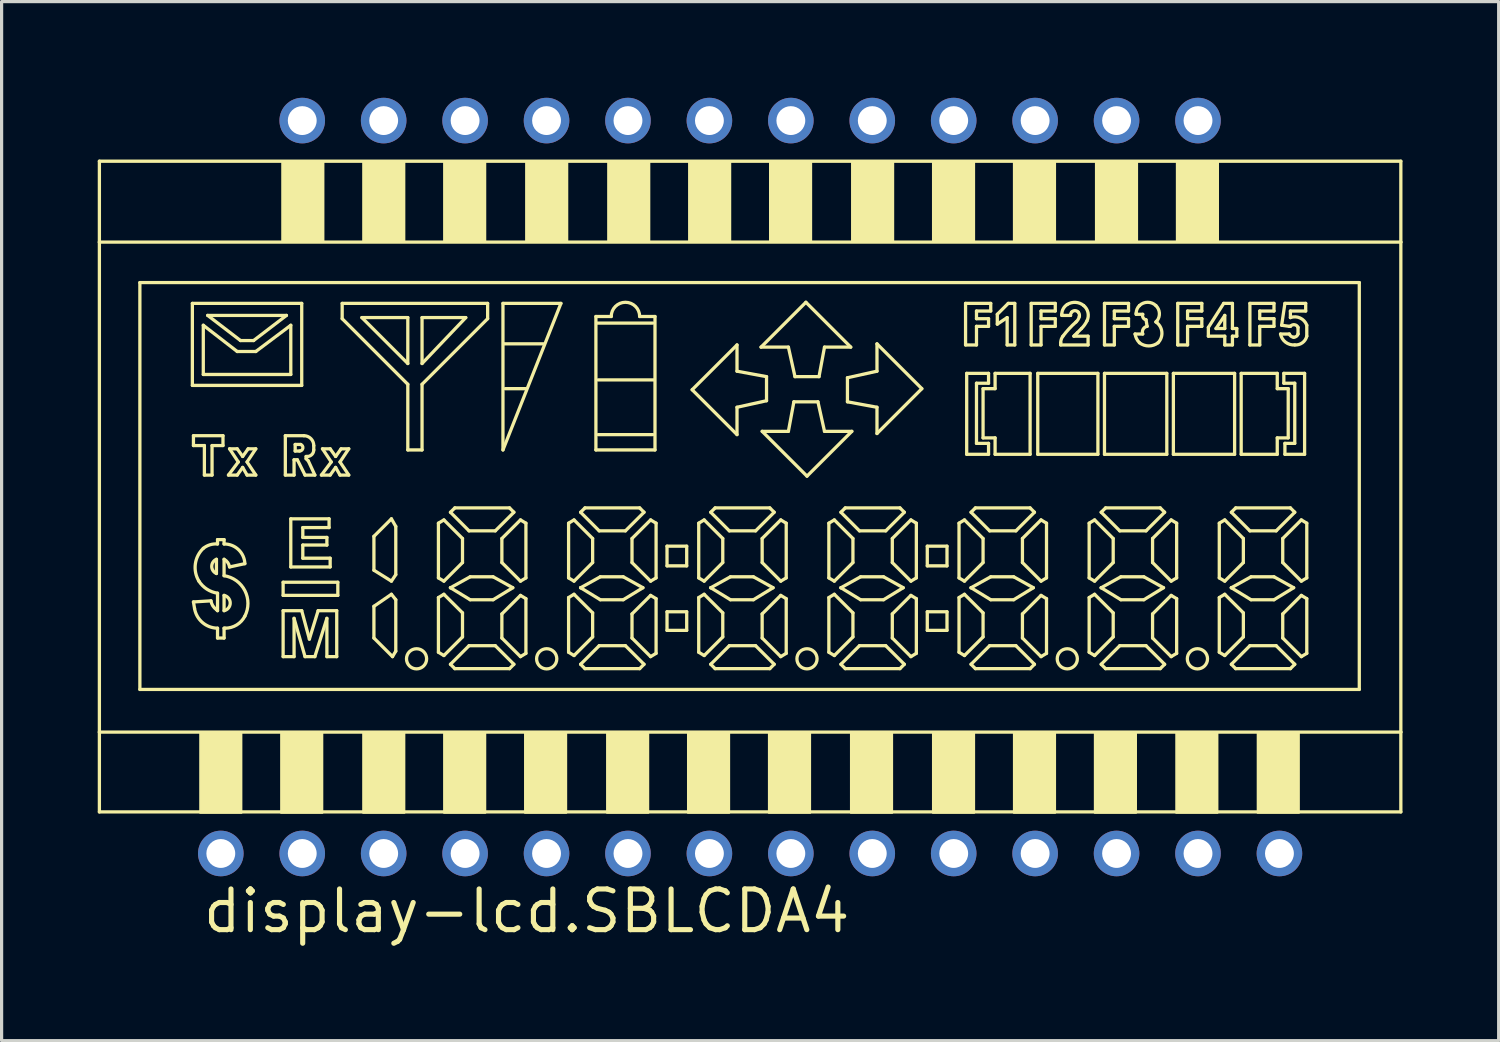
<source format=kicad_pcb>
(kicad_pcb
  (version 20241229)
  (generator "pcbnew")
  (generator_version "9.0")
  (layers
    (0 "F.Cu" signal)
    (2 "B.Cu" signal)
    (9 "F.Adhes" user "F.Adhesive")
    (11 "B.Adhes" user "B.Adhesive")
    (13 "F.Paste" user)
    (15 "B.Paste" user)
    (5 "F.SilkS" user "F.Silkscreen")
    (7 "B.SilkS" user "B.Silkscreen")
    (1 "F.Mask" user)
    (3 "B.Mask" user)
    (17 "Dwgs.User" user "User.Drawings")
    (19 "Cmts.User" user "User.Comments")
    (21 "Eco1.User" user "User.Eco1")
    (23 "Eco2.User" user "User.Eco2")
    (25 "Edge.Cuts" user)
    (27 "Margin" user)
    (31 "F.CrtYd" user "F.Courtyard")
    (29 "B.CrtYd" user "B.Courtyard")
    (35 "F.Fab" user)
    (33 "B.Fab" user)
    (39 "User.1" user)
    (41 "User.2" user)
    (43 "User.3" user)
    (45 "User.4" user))
  (footprint "display-lcd.SBLCDA4"
    (layer "F.Cu")
    (at 20.347 12.141)
    (property "Reference" "display-lcd.SBLCDA4" (at -17.145 13.97 0) (layer "F.SilkS") (effects (font (size 1.27 1.27) (thickness 0.16)) (justify left bottom)))
    (attr through_hole)
    (fp_line (start -20.297 -10.163) (end 20.297 -10.163) (stroke (width 0.102) (type default)) (layer "F.SilkS"))
    (fp_line (start -20.297 -7.639) (end -20.297 -10.163) (stroke (width 0.102) (type default)) (layer "F.SilkS"))
    (fp_line (start -20.297 -7.639) (end 20.297 -7.639) (stroke (width 0.102) (type default)) (layer "F.SilkS"))
    (fp_line (start -20.297 7.644) (end -20.297 -7.639) (stroke (width 0.102) (type default)) (layer "F.SilkS"))
    (fp_line (start -20.297 10.134) (end -20.297 7.644) (stroke (width 0.102) (type default)) (layer "F.SilkS"))
    (fp_line (start -19.034 -6.377) (end 19.001 -6.377) (stroke (width 0.102) (type default)) (layer "F.SilkS"))
    (fp_line (start -19.034 6.313) (end -19.034 -6.377) (stroke (width 0.102) (type default)) (layer "F.SilkS"))
    (fp_line (start -17.397 -5.728) (end -13.986 -5.728) (stroke (width 0.102) (type default)) (layer "F.SilkS"))
    (fp_line (start -17.397 -3.17) (end -17.397 -5.728) (stroke (width 0.102) (type default)) (layer "F.SilkS"))
    (fp_line (start -17.363 -1.601) (end -16.442 -1.601) (stroke (width 0.102) (type default)) (layer "F.SilkS"))
    (fp_line (start -17.363 -1.294) (end -17.363 -1.601) (stroke (width 0.102) (type default)) (layer "F.SilkS"))
    (fp_line (start -17.363 3.584) (end -17.329 3.789) (stroke (width 0.102) (type default)) (layer "F.SilkS"))
    (fp_line (start -17.056 -5.046) (end -15.998 -4.227) (stroke (width 0.102) (type default)) (layer "F.SilkS"))
    (fp_line (start -17.056 -3.511) (end -17.056 -5.046) (stroke (width 0.102) (type default)) (layer "F.SilkS"))
    (fp_line (start -17.022 -1.294) (end -17.363 -1.294) (stroke (width 0.102) (type default)) (layer "F.SilkS"))
    (fp_line (start -17.022 -0.373) (end -17.022 -1.294) (stroke (width 0.102) (type default)) (layer "F.SilkS"))
    (fp_line (start -16.919 -5.353) (end -14.463 -5.353) (stroke (width 0.102) (type default)) (layer "F.SilkS"))
    (fp_line (start -16.817 3.55) (end -17.363 3.584) (stroke (width 0.102) (type default)) (layer "F.SilkS"))
    (fp_line (start -16.783 -1.294) (end -16.783 -0.373) (stroke (width 0.102) (type default)) (layer "F.SilkS"))
    (fp_line (start -16.783 -0.373) (end -17.022 -0.373) (stroke (width 0.102) (type default)) (layer "F.SilkS"))
    (fp_line (start -16.646 2.697) (end -16.646 2.254) (stroke (width 0.102) (type default)) (layer "F.SilkS"))
    (fp_line (start -16.612 1.64) (end -16.612 1.776) (stroke (width 0.102) (type default)) (layer "F.SilkS"))
    (fp_line (start -16.612 3.311) (end -16.612 3.857) (stroke (width 0.102) (type default)) (layer "F.SilkS"))
    (fp_line (start -16.612 3.857) (end -16.646 3.823) (stroke (width 0.102) (type default)) (layer "F.SilkS"))
    (fp_line (start -16.612 4.403) (end -16.612 4.71) (stroke (width 0.102) (type default)) (layer "F.SilkS"))
    (fp_line (start -16.612 4.71) (end -16.408 4.71) (stroke (width 0.102) (type default)) (layer "F.SilkS"))
    (fp_line (start -16.442 -1.601) (end -16.442 -1.294) (stroke (width 0.102) (type default)) (layer "F.SilkS"))
    (fp_line (start -16.442 -1.294) (end -16.783 -1.294) (stroke (width 0.102) (type default)) (layer "F.SilkS"))
    (fp_line (start -16.408 1.64) (end -16.612 1.64) (stroke (width 0.102) (type default)) (layer "F.SilkS"))
    (fp_line (start -16.408 1.776) (end -16.408 1.64) (stroke (width 0.102) (type default)) (layer "F.SilkS"))
    (fp_line (start -16.408 2.766) (end -16.408 2.254) (stroke (width 0.102) (type default)) (layer "F.SilkS"))
    (fp_line (start -16.408 3.857) (end -16.408 3.38) (stroke (width 0.102) (type default)) (layer "F.SilkS"))
    (fp_line (start -16.408 4.403) (end -16.374 4.403) (stroke (width 0.102) (type default)) (layer "F.SilkS"))
    (fp_line (start -16.408 4.71) (end -16.408 4.403) (stroke (width 0.102) (type default)) (layer "F.SilkS"))
    (fp_line (start -16.271 -0.373) (end -15.998 -0.373) (stroke (width 0.102) (type default)) (layer "F.SilkS"))
    (fp_line (start -16.237 -1.192) (end -15.964 -0.782) (stroke (width 0.102) (type default)) (layer "F.SilkS"))
    (fp_line (start -16.237 2.493) (end -15.76 2.39) (stroke (width 0.102) (type default)) (layer "F.SilkS"))
    (fp_line (start -15.998 -4.227) (end -15.418 -4.227) (stroke (width 0.102) (type default)) (layer "F.SilkS"))
    (fp_line (start -15.998 -1.192) (end -16.237 -1.192) (stroke (width 0.102) (type default)) (layer "F.SilkS"))
    (fp_line (start -15.998 -0.373) (end -15.828 -0.612) (stroke (width 0.102) (type default)) (layer "F.SilkS"))
    (fp_line (start -15.964 -0.782) (end -16.271 -0.373) (stroke (width 0.102) (type default)) (layer "F.SilkS"))
    (fp_line (start -15.896 -4.569) (end -16.919 -5.353) (stroke (width 0.102) (type default)) (layer "F.SilkS"))
    (fp_line (start -15.828 -0.953) (end -15.998 -1.192) (stroke (width 0.102) (type default)) (layer "F.SilkS"))
    (fp_line (start -15.828 -0.612) (end -15.691 -0.373) (stroke (width 0.102) (type default)) (layer "F.SilkS"))
    (fp_line (start -15.691 -0.782) (end -15.418 -1.192) (stroke (width 0.102) (type default)) (layer "F.SilkS"))
    (fp_line (start -15.691 -0.373) (end -15.418 -0.373) (stroke (width 0.102) (type default)) (layer "F.SilkS"))
    (fp_line (start -15.657 -1.192) (end -15.828 -0.953) (stroke (width 0.102) (type default)) (layer "F.SilkS"))
    (fp_line (start -15.487 -4.569) (end -15.896 -4.569) (stroke (width 0.102) (type default)) (layer "F.SilkS"))
    (fp_line (start -15.418 -4.227) (end -14.327 -5.046) (stroke (width 0.102) (type default)) (layer "F.SilkS"))
    (fp_line (start -15.418 -1.192) (end -15.657 -1.192) (stroke (width 0.102) (type default)) (layer "F.SilkS"))
    (fp_line (start -15.418 -0.373) (end -15.691 -0.782) (stroke (width 0.102) (type default)) (layer "F.SilkS"))
    (fp_line (start -14.566 2.97) (end -12.86 2.97) (stroke (width 0.102) (type default)) (layer "F.SilkS"))
    (fp_line (start -14.566 3.38) (end -14.566 2.97) (stroke (width 0.102) (type default)) (layer "F.SilkS"))
    (fp_line (start -14.566 3.857) (end -13.986 3.857) (stroke (width 0.102) (type default)) (layer "F.SilkS"))
    (fp_line (start -14.566 5.29) (end -14.566 3.857) (stroke (width 0.102) (type default)) (layer "F.SilkS"))
    (fp_line (start -14.497 -1.601) (end -14.497 -0.373) (stroke (width 0.102) (type default)) (layer "F.SilkS"))
    (fp_line (start -14.497 -0.373) (end -14.225 -0.373) (stroke (width 0.102) (type default)) (layer "F.SilkS"))
    (fp_line (start -14.463 -5.353) (end -15.487 -4.569) (stroke (width 0.102) (type default)) (layer "F.SilkS"))
    (fp_line (start -14.327 -5.046) (end -14.327 -3.511) (stroke (width 0.102) (type default)) (layer "F.SilkS"))
    (fp_line (start -14.327 -3.511) (end -17.056 -3.511) (stroke (width 0.102) (type default)) (layer "F.SilkS"))
    (fp_line (start -14.327 0.992) (end -13.133 0.992) (stroke (width 0.102) (type default)) (layer "F.SilkS"))
    (fp_line (start -14.327 2.493) (end -14.327 0.992) (stroke (width 0.102) (type default)) (layer "F.SilkS"))
    (fp_line (start -14.225 -0.85) (end -14.122 -0.85) (stroke (width 0.102) (type default)) (layer "F.SilkS"))
    (fp_line (start -14.225 -0.373) (end -14.225 -0.85) (stroke (width 0.102) (type default)) (layer "F.SilkS"))
    (fp_line (start -14.225 4.096) (end -14.225 5.29) (stroke (width 0.102) (type default)) (layer "F.SilkS"))
    (fp_line (start -14.225 5.29) (end -14.566 5.29) (stroke (width 0.102) (type default)) (layer "F.SilkS"))
    (fp_line (start -14.19 -1.328) (end -14.19 -1.123) (stroke (width 0.102) (type default)) (layer "F.SilkS"))
    (fp_line (start -14.19 -1.123) (end -14.054 -1.123) (stroke (width 0.102) (type default)) (layer "F.SilkS"))
    (fp_line (start -14.122 -0.85) (end -13.883 -0.373) (stroke (width 0.102) (type default)) (layer "F.SilkS"))
    (fp_line (start -14.02 -1.328) (end -14.19 -1.328) (stroke (width 0.102) (type default)) (layer "F.SilkS"))
    (fp_line (start -13.986 -5.728) (end -13.986 -3.17) (stroke (width 0.102) (type default)) (layer "F.SilkS"))
    (fp_line (start -13.986 -3.17) (end -17.397 -3.17) (stroke (width 0.102) (type default)) (layer "F.SilkS"))
    (fp_line (start -13.986 3.857) (end -13.747 4.744) (stroke (width 0.102) (type default)) (layer "F.SilkS"))
    (fp_line (start -13.952 1.265) (end -13.952 1.572) (stroke (width 0.102) (type default)) (layer "F.SilkS"))
    (fp_line (start -13.952 1.572) (end -13.201 1.572) (stroke (width 0.102) (type default)) (layer "F.SilkS"))
    (fp_line (start -13.952 1.81) (end -13.952 2.22) (stroke (width 0.102) (type default)) (layer "F.SilkS"))
    (fp_line (start -13.952 2.22) (end -13.099 2.22) (stroke (width 0.102) (type default)) (layer "F.SilkS"))
    (fp_line (start -13.883 -0.373) (end -13.576 -0.373) (stroke (width 0.102) (type default)) (layer "F.SilkS"))
    (fp_line (start -13.883 5.29) (end -14.225 4.096) (stroke (width 0.102) (type default)) (layer "F.SilkS"))
    (fp_line (start -13.849 -0.953) (end -13.815 -0.953) (stroke (width 0.102) (type default)) (layer "F.SilkS"))
    (fp_line (start -13.849 -0.884) (end -13.849 -0.953) (stroke (width 0.102) (type default)) (layer "F.SilkS"))
    (fp_line (start -13.781 -0.816) (end -13.849 -0.884) (stroke (width 0.102) (type default)) (layer "F.SilkS"))
    (fp_line (start -13.747 4.744) (end -13.474 3.857) (stroke (width 0.102) (type default)) (layer "F.SilkS"))
    (fp_line (start -13.576 -0.373) (end -13.781 -0.816) (stroke (width 0.102) (type default)) (layer "F.SilkS"))
    (fp_line (start -13.576 5.29) (end -13.883 5.29) (stroke (width 0.102) (type default)) (layer "F.SilkS"))
    (fp_line (start -13.474 3.857) (end -12.894 3.857) (stroke (width 0.102) (type default)) (layer "F.SilkS"))
    (fp_line (start -13.372 -0.373) (end -13.099 -0.373) (stroke (width 0.102) (type default)) (layer "F.SilkS"))
    (fp_line (start -13.338 -1.192) (end -13.065 -0.782) (stroke (width 0.102) (type default)) (layer "F.SilkS"))
    (fp_line (start -13.201 1.572) (end -13.201 1.81) (stroke (width 0.102) (type default)) (layer "F.SilkS"))
    (fp_line (start -13.201 1.81) (end -13.952 1.81) (stroke (width 0.102) (type default)) (layer "F.SilkS"))
    (fp_line (start -13.201 4.096) (end -13.576 5.29) (stroke (width 0.102) (type default)) (layer "F.SilkS"))
    (fp_line (start -13.201 5.29) (end -13.201 4.096) (stroke (width 0.102) (type default)) (layer "F.SilkS"))
    (fp_line (start -13.133 0.992) (end -13.133 1.265) (stroke (width 0.102) (type default)) (layer "F.SilkS"))
    (fp_line (start -13.133 1.265) (end -13.952 1.265) (stroke (width 0.102) (type default)) (layer "F.SilkS"))
    (fp_line (start -13.099 -1.192) (end -13.338 -1.192) (stroke (width 0.102) (type default)) (layer "F.SilkS"))
    (fp_line (start -13.099 -0.373) (end -12.928 -0.612) (stroke (width 0.102) (type default)) (layer "F.SilkS"))
    (fp_line (start -13.099 2.22) (end -13.099 2.493) (stroke (width 0.102) (type default)) (layer "F.SilkS"))
    (fp_line (start -13.099 2.493) (end -14.327 2.493) (stroke (width 0.102) (type default)) (layer "F.SilkS"))
    (fp_line (start -13.065 -0.782) (end -13.372 -0.373) (stroke (width 0.102) (type default)) (layer "F.SilkS"))
    (fp_line (start -12.928 -0.953) (end -13.099 -1.192) (stroke (width 0.102) (type default)) (layer "F.SilkS"))
    (fp_line (start -12.928 -0.612) (end -12.792 -0.373) (stroke (width 0.102) (type default)) (layer "F.SilkS"))
    (fp_line (start -12.894 3.857) (end -12.894 5.29) (stroke (width 0.102) (type default)) (layer "F.SilkS"))
    (fp_line (start -12.894 5.29) (end -13.201 5.29) (stroke (width 0.102) (type default)) (layer "F.SilkS"))
    (fp_line (start -12.86 2.97) (end -12.86 3.38) (stroke (width 0.102) (type default)) (layer "F.SilkS"))
    (fp_line (start -12.86 3.38) (end -14.566 3.38) (stroke (width 0.102) (type default)) (layer "F.SilkS"))
    (fp_line (start -12.792 -0.782) (end -12.519 -1.192) (stroke (width 0.102) (type default)) (layer "F.SilkS"))
    (fp_line (start -12.792 -0.373) (end -12.519 -0.373) (stroke (width 0.102) (type default)) (layer "F.SilkS"))
    (fp_line (start -12.758 -1.192) (end -12.928 -0.953) (stroke (width 0.102) (type default)) (layer "F.SilkS"))
    (fp_line (start -12.724 -5.728) (end -8.187 -5.728) (stroke (width 0.102) (type default)) (layer "F.SilkS"))
    (fp_line (start -12.724 -5.251) (end -12.724 -5.728) (stroke (width 0.102) (type default)) (layer "F.SilkS"))
    (fp_line (start -12.519 -1.192) (end -12.758 -1.192) (stroke (width 0.102) (type default)) (layer "F.SilkS"))
    (fp_line (start -12.519 -0.373) (end -12.792 -0.782) (stroke (width 0.102) (type default)) (layer "F.SilkS"))
    (fp_line (start -12.11 -5.285) (end -10.677 -5.285) (stroke (width 0.102) (type default)) (layer "F.SilkS"))
    (fp_line (start -11.734 1.538) (end -11.188 0.992) (stroke (width 0.102) (type default)) (layer "F.SilkS"))
    (fp_line (start -11.734 2.595) (end -11.734 1.538) (stroke (width 0.102) (type default)) (layer "F.SilkS"))
    (fp_line (start -11.734 3.721) (end -11.734 4.71) (stroke (width 0.102) (type default)) (layer "F.SilkS"))
    (fp_line (start -11.734 4.71) (end -11.154 5.29) (stroke (width 0.102) (type default)) (layer "F.SilkS"))
    (fp_line (start -11.188 0.992) (end -11.052 1.23) (stroke (width 0.102) (type default)) (layer "F.SilkS"))
    (fp_line (start -11.188 2.936) (end -11.734 2.595) (stroke (width 0.102) (type default)) (layer "F.SilkS"))
    (fp_line (start -11.188 3.345) (end -11.734 3.721) (stroke (width 0.102) (type default)) (layer "F.SilkS"))
    (fp_line (start -11.154 5.29) (end -11.052 5.119) (stroke (width 0.102) (type default)) (layer "F.SilkS"))
    (fp_line (start -11.052 1.23) (end -11.052 2.732) (stroke (width 0.102) (type default)) (layer "F.SilkS"))
    (fp_line (start -11.052 2.732) (end -11.188 2.936) (stroke (width 0.102) (type default)) (layer "F.SilkS"))
    (fp_line (start -11.052 3.516) (end -11.188 3.345) (stroke (width 0.102) (type default)) (layer "F.SilkS"))
    (fp_line (start -11.052 5.119) (end -11.052 3.516) (stroke (width 0.102) (type default)) (layer "F.SilkS"))
    (fp_line (start -10.677 -5.285) (end -10.677 -3.852) (stroke (width 0.102) (type default)) (layer "F.SilkS"))
    (fp_line (start -10.677 -3.852) (end -12.11 -5.285) (stroke (width 0.102) (type default)) (layer "F.SilkS"))
    (fp_line (start -10.677 -3.204) (end -12.724 -5.251) (stroke (width 0.102) (type default)) (layer "F.SilkS"))
    (fp_line (start -10.677 -1.157) (end -10.677 -3.204) (stroke (width 0.102) (type default)) (layer "F.SilkS"))
    (fp_line (start -10.233 -5.285) (end -8.869 -5.285) (stroke (width 0.102) (type default)) (layer "F.SilkS"))
    (fp_line (start -10.233 -3.852) (end -10.233 -5.285) (stroke (width 0.102) (type default)) (layer "F.SilkS"))
    (fp_line (start -10.233 -3.204) (end -10.233 -1.157) (stroke (width 0.102) (type default)) (layer "F.SilkS"))
    (fp_line (start -10.233 -1.157) (end -10.677 -1.157) (stroke (width 0.102) (type default)) (layer "F.SilkS"))
    (fp_line (start -9.722 1.128) (end -9.722 2.834) (stroke (width 0.102) (type default)) (layer "F.SilkS"))
    (fp_line (start -9.722 2.834) (end -9.551 2.936) (stroke (width 0.102) (type default)) (layer "F.SilkS"))
    (fp_line (start -9.722 3.448) (end -9.722 5.153) (stroke (width 0.102) (type default)) (layer "F.SilkS"))
    (fp_line (start -9.722 5.153) (end -9.551 5.256) (stroke (width 0.102) (type default)) (layer "F.SilkS"))
    (fp_line (start -9.551 1.026) (end -9.722 1.128) (stroke (width 0.102) (type default)) (layer "F.SilkS"))
    (fp_line (start -9.551 3.345) (end -9.722 3.448) (stroke (width 0.102) (type default)) (layer "F.SilkS"))
    (fp_line (start -9.347 3.141) (end -9.347 3.141) (stroke (width 0.102) (type default)) (layer "F.SilkS"))
    (fp_line (start -9.347 0.787) (end -9.21 0.651) (stroke (width 0.102) (type default)) (layer "F.SilkS"))
    (fp_line (start -9.347 3.141) (end -8.732 2.8) (stroke (width 0.102) (type default)) (layer "F.SilkS"))
    (fp_line (start -9.347 5.529) (end -8.767 4.949) (stroke (width 0.102) (type default)) (layer "F.SilkS"))
    (fp_line (start -9.21 5.665) (end -9.347 5.529) (stroke (width 0.102) (type default)) (layer "F.SilkS"))
    (fp_line (start -9.21 0.651) (end -7.504 0.651) (stroke (width 0.102) (type default)) (layer "F.SilkS"))
    (fp_line (start -8.971 1.606) (end -9.551 1.026) (stroke (width 0.102) (type default)) (layer "F.SilkS"))
    (fp_line (start -8.971 3.925) (end -9.551 3.346) (stroke (width 0.102) (type default)) (layer "F.SilkS"))
    (fp_line (start -8.971 2.356) (end -9.551 2.936) (stroke (width 0.102) (type default)) (layer "F.SilkS"))
    (fp_line (start -8.971 2.356) (end -8.971 1.606) (stroke (width 0.102) (type default)) (layer "F.SilkS"))
    (fp_line (start -8.971 4.676) (end -9.551 5.256) (stroke (width 0.102) (type default)) (layer "F.SilkS"))
    (fp_line (start -8.971 4.676) (end -8.971 3.925) (stroke (width 0.102) (type default)) (layer "F.SilkS"))
    (fp_line (start -8.869 -5.285) (end -10.233 -3.852) (stroke (width 0.102) (type default)) (layer "F.SilkS"))
    (fp_line (start -8.767 1.367) (end -9.347 0.787) (stroke (width 0.102) (type default)) (layer "F.SilkS"))
    (fp_line (start -8.767 4.949) (end -7.948 4.949) (stroke (width 0.102) (type default)) (layer "F.SilkS"))
    (fp_line (start -8.732 2.8) (end -8.016 2.8) (stroke (width 0.102) (type default)) (layer "F.SilkS"))
    (fp_line (start -8.732 3.516) (end -9.347 3.141) (stroke (width 0.102) (type default)) (layer "F.SilkS"))
    (fp_line (start -8.187 -5.728) (end -8.187 -5.251) (stroke (width 0.102) (type default)) (layer "F.SilkS"))
    (fp_line (start -8.187 -5.251) (end -10.233 -3.204) (stroke (width 0.102) (type default)) (layer "F.SilkS"))
    (fp_line (start -8.016 2.8) (end -7.402 3.141) (stroke (width 0.102) (type default)) (layer "F.SilkS"))
    (fp_line (start -8.016 3.516) (end -8.732 3.516) (stroke (width 0.102) (type default)) (layer "F.SilkS"))
    (fp_line (start -7.948 1.367) (end -8.767 1.367) (stroke (width 0.102) (type default)) (layer "F.SilkS"))
    (fp_line (start -7.948 4.949) (end -7.368 5.529) (stroke (width 0.102) (type default)) (layer "F.SilkS"))
    (fp_line (start -7.743 1.606) (end -7.743 2.356) (stroke (width 0.102) (type default)) (layer "F.SilkS"))
    (fp_line (start -7.743 1.606) (end -7.163 1.026) (stroke (width 0.102) (type default)) (layer "F.SilkS"))
    (fp_line (start -7.743 3.959) (end -7.743 4.71) (stroke (width 0.102) (type default)) (layer "F.SilkS"))
    (fp_line (start -7.743 3.959) (end -7.163 3.38) (stroke (width 0.102) (type default)) (layer "F.SilkS"))
    (fp_line (start -7.743 2.356) (end -7.163 2.936) (stroke (width 0.102) (type default)) (layer "F.SilkS"))
    (fp_line (start -7.743 4.71) (end -7.163 5.29) (stroke (width 0.102) (type default)) (layer "F.SilkS"))
    (fp_line (start -7.709 -5.728) (end -5.901 -5.728) (stroke (width 0.102) (type default)) (layer "F.SilkS"))
    (fp_line (start -7.709 -1.157) (end -7.709 -5.728) (stroke (width 0.102) (type default)) (layer "F.SilkS"))
    (fp_line (start -7.675 -4.466) (end -6.447 -4.466) (stroke (width 0.102) (type default)) (layer "F.SilkS"))
    (fp_line (start -7.641 -3.068) (end -6.993 -3.068) (stroke (width 0.102) (type default)) (layer "F.SilkS"))
    (fp_line (start -7.505 5.665) (end -9.21 5.665) (stroke (width 0.102) (type default)) (layer "F.SilkS"))
    (fp_line (start -7.504 0.651) (end -7.368 0.787) (stroke (width 0.102) (type default)) (layer "F.SilkS"))
    (fp_line (start -7.402 3.141) (end -8.016 3.516) (stroke (width 0.102) (type default)) (layer "F.SilkS"))
    (fp_line (start -7.368 0.787) (end -7.948 1.367) (stroke (width 0.102) (type default)) (layer "F.SilkS"))
    (fp_line (start -7.368 5.529) (end -7.505 5.665) (stroke (width 0.102) (type default)) (layer "F.SilkS"))
    (fp_line (start -7.163 2.936) (end -6.993 2.834) (stroke (width 0.102) (type default)) (layer "F.SilkS"))
    (fp_line (start -7.163 5.29) (end -6.993 5.188) (stroke (width 0.102) (type default)) (layer "F.SilkS"))
    (fp_line (start -6.993 1.128) (end -7.163 1.026) (stroke (width 0.102) (type default)) (layer "F.SilkS"))
    (fp_line (start -6.993 2.834) (end -6.993 1.128) (stroke (width 0.102) (type default)) (layer "F.SilkS"))
    (fp_line (start -6.993 3.482) (end -7.163 3.38) (stroke (width 0.102) (type default)) (layer "F.SilkS"))
    (fp_line (start -6.993 5.188) (end -6.993 3.482) (stroke (width 0.102) (type default)) (layer "F.SilkS"))
    (fp_line (start -5.901 -5.728) (end -7.709 -1.157) (stroke (width 0.102) (type default)) (layer "F.SilkS"))
    (fp_line (start -5.662 1.128) (end -5.662 2.834) (stroke (width 0.102) (type default)) (layer "F.SilkS"))
    (fp_line (start -5.662 2.834) (end -5.492 2.936) (stroke (width 0.102) (type default)) (layer "F.SilkS"))
    (fp_line (start -5.662 3.448) (end -5.662 5.153) (stroke (width 0.102) (type default)) (layer "F.SilkS"))
    (fp_line (start -5.662 5.153) (end -5.492 5.256) (stroke (width 0.102) (type default)) (layer "F.SilkS"))
    (fp_line (start -5.492 1.026) (end -5.662 1.128) (stroke (width 0.102) (type default)) (layer "F.SilkS"))
    (fp_line (start -5.492 3.345) (end -5.662 3.448) (stroke (width 0.102) (type default)) (layer "F.SilkS"))
    (fp_line (start -5.287 3.141) (end -5.287 3.141) (stroke (width 0.102) (type default)) (layer "F.SilkS"))
    (fp_line (start -5.287 0.787) (end -5.151 0.651) (stroke (width 0.102) (type default)) (layer "F.SilkS"))
    (fp_line (start -5.287 3.141) (end -4.673 2.8) (stroke (width 0.102) (type default)) (layer "F.SilkS"))
    (fp_line (start -5.287 5.529) (end -4.707 4.949) (stroke (width 0.102) (type default)) (layer "F.SilkS"))
    (fp_line (start -5.151 5.665) (end -5.287 5.529) (stroke (width 0.102) (type default)) (layer "F.SilkS"))
    (fp_line (start -5.151 0.651) (end -3.445 0.651) (stroke (width 0.102) (type default)) (layer "F.SilkS"))
    (fp_line (start -4.912 1.606) (end -5.492 1.026) (stroke (width 0.102) (type default)) (layer "F.SilkS"))
    (fp_line (start -4.912 3.925) (end -5.492 3.346) (stroke (width 0.102) (type default)) (layer "F.SilkS"))
    (fp_line (start -4.912 2.356) (end -5.492 2.936) (stroke (width 0.102) (type default)) (layer "F.SilkS"))
    (fp_line (start -4.912 2.356) (end -4.912 1.606) (stroke (width 0.102) (type default)) (layer "F.SilkS"))
    (fp_line (start -4.912 4.676) (end -5.492 5.256) (stroke (width 0.102) (type default)) (layer "F.SilkS"))
    (fp_line (start -4.912 4.676) (end -4.912 3.925) (stroke (width 0.102) (type default)) (layer "F.SilkS"))
    (fp_line (start -4.81 -5.319) (end -4.332 -5.319) (stroke (width 0.102) (type default)) (layer "F.SilkS"))
    (fp_line (start -4.81 -1.157) (end -4.81 -5.319) (stroke (width 0.102) (type default)) (layer "F.SilkS"))
    (fp_line (start -4.775 -5.114) (end -3.036 -5.114) (stroke (width 0.102) (type default)) (layer "F.SilkS"))
    (fp_line (start -4.741 -3.341) (end -3.002 -3.341) (stroke (width 0.102) (type default)) (layer "F.SilkS"))
    (fp_line (start -4.741 -1.635) (end -3.036 -1.635) (stroke (width 0.102) (type default)) (layer "F.SilkS"))
    (fp_line (start -4.707 1.367) (end -5.287 0.787) (stroke (width 0.102) (type default)) (layer "F.SilkS"))
    (fp_line (start -4.707 4.949) (end -3.889 4.949) (stroke (width 0.102) (type default)) (layer "F.SilkS"))
    (fp_line (start -4.673 2.8) (end -3.957 2.8) (stroke (width 0.102) (type default)) (layer "F.SilkS"))
    (fp_line (start -4.673 3.516) (end -5.287 3.141) (stroke (width 0.102) (type default)) (layer "F.SilkS"))
    (fp_line (start -3.957 2.8) (end -3.343 3.141) (stroke (width 0.102) (type default)) (layer "F.SilkS"))
    (fp_line (start -3.957 3.516) (end -4.673 3.516) (stroke (width 0.102) (type default)) (layer "F.SilkS"))
    (fp_line (start -3.889 1.367) (end -4.707 1.367) (stroke (width 0.102) (type default)) (layer "F.SilkS"))
    (fp_line (start -3.889 4.949) (end -3.309 5.529) (stroke (width 0.102) (type default)) (layer "F.SilkS"))
    (fp_line (start -3.684 1.606) (end -3.684 2.356) (stroke (width 0.102) (type default)) (layer "F.SilkS"))
    (fp_line (start -3.684 1.606) (end -3.104 1.026) (stroke (width 0.102) (type default)) (layer "F.SilkS"))
    (fp_line (start -3.684 3.959) (end -3.684 4.71) (stroke (width 0.102) (type default)) (layer "F.SilkS"))
    (fp_line (start -3.684 3.959) (end -3.104 3.38) (stroke (width 0.102) (type default)) (layer "F.SilkS"))
    (fp_line (start -3.684 2.356) (end -3.104 2.936) (stroke (width 0.102) (type default)) (layer "F.SilkS"))
    (fp_line (start -3.684 4.71) (end -3.104 5.29) (stroke (width 0.102) (type default)) (layer "F.SilkS"))
    (fp_line (start -3.445 5.665) (end -5.151 5.665) (stroke (width 0.102) (type default)) (layer "F.SilkS"))
    (fp_line (start -3.445 -5.319) (end -2.967 -5.319) (stroke (width 0.102) (type default)) (layer "F.SilkS"))
    (fp_line (start -3.445 0.651) (end -3.309 0.787) (stroke (width 0.102) (type default)) (layer "F.SilkS"))
    (fp_line (start -3.343 3.141) (end -3.957 3.516) (stroke (width 0.102) (type default)) (layer "F.SilkS"))
    (fp_line (start -3.309 0.787) (end -3.889 1.367) (stroke (width 0.102) (type default)) (layer "F.SilkS"))
    (fp_line (start -3.309 5.529) (end -3.445 5.665) (stroke (width 0.102) (type default)) (layer "F.SilkS"))
    (fp_line (start -3.104 2.936) (end -2.933 2.834) (stroke (width 0.102) (type default)) (layer "F.SilkS"))
    (fp_line (start -3.104 5.29) (end -2.933 5.188) (stroke (width 0.102) (type default)) (layer "F.SilkS"))
    (fp_line (start -2.967 -5.319) (end -2.967 -1.157) (stroke (width 0.102) (type default)) (layer "F.SilkS"))
    (fp_line (start -2.967 -1.157) (end -4.81 -1.157) (stroke (width 0.102) (type default)) (layer "F.SilkS"))
    (fp_line (start -2.933 1.128) (end -3.104 1.026) (stroke (width 0.102) (type default)) (layer "F.SilkS"))
    (fp_line (start -2.933 2.834) (end -2.933 1.128) (stroke (width 0.102) (type default)) (layer "F.SilkS"))
    (fp_line (start -2.933 3.482) (end -3.104 3.38) (stroke (width 0.102) (type default)) (layer "F.SilkS"))
    (fp_line (start -2.933 5.188) (end -2.933 3.482) (stroke (width 0.102) (type default)) (layer "F.SilkS"))
    (fp_line (start -2.592 1.845) (end -1.978 1.845) (stroke (width 0.102) (type default)) (layer "F.SilkS"))
    (fp_line (start -2.592 2.459) (end -2.592 1.845) (stroke (width 0.102) (type default)) (layer "F.SilkS"))
    (fp_line (start -2.592 3.891) (end -1.978 3.891) (stroke (width 0.102) (type default)) (layer "F.SilkS"))
    (fp_line (start -2.592 4.471) (end -2.592 3.891) (stroke (width 0.102) (type default)) (layer "F.SilkS"))
    (fp_line (start -1.978 1.845) (end -1.978 2.459) (stroke (width 0.102) (type default)) (layer "F.SilkS"))
    (fp_line (start -1.978 2.459) (end -2.592 2.459) (stroke (width 0.102) (type default)) (layer "F.SilkS"))
    (fp_line (start -1.978 3.891) (end -1.978 4.471) (stroke (width 0.102) (type default)) (layer "F.SilkS"))
    (fp_line (start -1.978 4.471) (end -2.592 4.471) (stroke (width 0.102) (type default)) (layer "F.SilkS"))
    (fp_line (start -1.808 -3.034) (end -0.409 -4.432) (stroke (width 0.102) (type default)) (layer "F.SilkS"))
    (fp_line (start -1.603 1.128) (end -1.603 2.834) (stroke (width 0.102) (type default)) (layer "F.SilkS"))
    (fp_line (start -1.603 2.834) (end -1.433 2.936) (stroke (width 0.102) (type default)) (layer "F.SilkS"))
    (fp_line (start -1.603 3.448) (end -1.603 5.153) (stroke (width 0.102) (type default)) (layer "F.SilkS"))
    (fp_line (start -1.603 5.153) (end -1.433 5.256) (stroke (width 0.102) (type default)) (layer "F.SilkS"))
    (fp_line (start -1.433 1.026) (end -1.603 1.128) (stroke (width 0.102) (type default)) (layer "F.SilkS"))
    (fp_line (start -1.433 3.345) (end -1.603 3.448) (stroke (width 0.102) (type default)) (layer "F.SilkS"))
    (fp_line (start -1.228 3.141) (end -1.228 3.141) (stroke (width 0.102) (type default)) (layer "F.SilkS"))
    (fp_line (start -1.228 0.787) (end -1.091 0.651) (stroke (width 0.102) (type default)) (layer "F.SilkS"))
    (fp_line (start -1.228 3.141) (end -0.614 2.8) (stroke (width 0.102) (type default)) (layer "F.SilkS"))
    (fp_line (start -1.228 5.529) (end -0.648 4.949) (stroke (width 0.102) (type default)) (layer "F.SilkS"))
    (fp_line (start -1.091 5.665) (end -1.228 5.529) (stroke (width 0.102) (type default)) (layer "F.SilkS"))
    (fp_line (start -1.091 0.651) (end 0.614 0.651) (stroke (width 0.102) (type default)) (layer "F.SilkS"))
    (fp_line (start -0.853 1.606) (end -1.433 1.026) (stroke (width 0.102) (type default)) (layer "F.SilkS"))
    (fp_line (start -0.853 3.925) (end -1.433 3.346) (stroke (width 0.102) (type default)) (layer "F.SilkS"))
    (fp_line (start -0.853 2.356) (end -1.432 2.936) (stroke (width 0.102) (type default)) (layer "F.SilkS"))
    (fp_line (start -0.853 2.356) (end -0.853 1.606) (stroke (width 0.102) (type default)) (layer "F.SilkS"))
    (fp_line (start -0.853 4.676) (end -1.432 5.256) (stroke (width 0.102) (type default)) (layer "F.SilkS"))
    (fp_line (start -0.853 4.676) (end -0.853 3.925) (stroke (width 0.102) (type default)) (layer "F.SilkS"))
    (fp_line (start -0.648 1.367) (end -1.228 0.787) (stroke (width 0.102) (type default)) (layer "F.SilkS"))
    (fp_line (start -0.648 4.949) (end 0.171 4.949) (stroke (width 0.102) (type default)) (layer "F.SilkS"))
    (fp_line (start -0.614 2.8) (end 0.103 2.8) (stroke (width 0.102) (type default)) (layer "F.SilkS"))
    (fp_line (start -0.614 3.516) (end -1.228 3.141) (stroke (width 0.102) (type default)) (layer "F.SilkS"))
    (fp_line (start -0.409 -4.432) (end -0.409 -3.613) (stroke (width 0.102) (type default)) (layer "F.SilkS"))
    (fp_line (start -0.409 -3.613) (end 0.512 -3.443) (stroke (width 0.102) (type default)) (layer "F.SilkS"))
    (fp_line (start -0.409 -2.488) (end -0.409 -1.635) (stroke (width 0.102) (type default)) (layer "F.SilkS"))
    (fp_line (start -0.409 -1.635) (end -1.808 -3.034) (stroke (width 0.102) (type default)) (layer "F.SilkS"))
    (fp_line (start 0.103 2.8) (end 0.717 3.141) (stroke (width 0.102) (type default)) (layer "F.SilkS"))
    (fp_line (start 0.103 3.516) (end -0.614 3.516) (stroke (width 0.102) (type default)) (layer "F.SilkS"))
    (fp_line (start 0.171 1.367) (end -0.648 1.367) (stroke (width 0.102) (type default)) (layer "F.SilkS"))
    (fp_line (start 0.171 4.949) (end 0.751 5.529) (stroke (width 0.102) (type default)) (layer "F.SilkS"))
    (fp_line (start 0.341 -4.364) (end 1.74 -5.763) (stroke (width 0.102) (type default)) (layer "F.SilkS"))
    (fp_line (start 0.375 1.606) (end 0.376 2.356) (stroke (width 0.102) (type default)) (layer "F.SilkS"))
    (fp_line (start 0.375 1.606) (end 0.955 1.026) (stroke (width 0.102) (type default)) (layer "F.SilkS"))
    (fp_line (start 0.375 3.959) (end 0.376 4.71) (stroke (width 0.102) (type default)) (layer "F.SilkS"))
    (fp_line (start 0.375 3.959) (end 0.955 3.38) (stroke (width 0.102) (type default)) (layer "F.SilkS"))
    (fp_line (start 0.376 -1.737) (end 1.194 -1.737) (stroke (width 0.102) (type default)) (layer "F.SilkS"))
    (fp_line (start 0.376 2.356) (end 0.955 2.936) (stroke (width 0.102) (type default)) (layer "F.SilkS"))
    (fp_line (start 0.376 4.71) (end 0.955 5.29) (stroke (width 0.102) (type default)) (layer "F.SilkS"))
    (fp_line (start 0.512 -3.443) (end 0.512 -2.692) (stroke (width 0.102) (type default)) (layer "F.SilkS"))
    (fp_line (start 0.512 -2.692) (end -0.409 -2.488) (stroke (width 0.102) (type default)) (layer "F.SilkS"))
    (fp_line (start 0.614 5.665) (end -1.091 5.665) (stroke (width 0.102) (type default)) (layer "F.SilkS"))
    (fp_line (start 0.614 0.651) (end 0.751 0.787) (stroke (width 0.102) (type default)) (layer "F.SilkS"))
    (fp_line (start 0.717 3.141) (end 0.103 3.516) (stroke (width 0.102) (type default)) (layer "F.SilkS"))
    (fp_line (start 0.751 0.787) (end 0.171 1.367) (stroke (width 0.102) (type default)) (layer "F.SilkS"))
    (fp_line (start 0.751 5.529) (end 0.614 5.665) (stroke (width 0.102) (type default)) (layer "F.SilkS"))
    (fp_line (start 0.955 2.936) (end 1.126 2.834) (stroke (width 0.102) (type default)) (layer "F.SilkS"))
    (fp_line (start 0.955 5.29) (end 1.126 5.188) (stroke (width 0.102) (type default)) (layer "F.SilkS"))
    (fp_line (start 1.126 1.128) (end 0.955 1.026) (stroke (width 0.102) (type default)) (layer "F.SilkS"))
    (fp_line (start 1.126 2.834) (end 1.126 1.128) (stroke (width 0.102) (type default)) (layer "F.SilkS"))
    (fp_line (start 1.126 3.482) (end 0.955 3.38) (stroke (width 0.102) (type default)) (layer "F.SilkS"))
    (fp_line (start 1.126 5.188) (end 1.126 3.482) (stroke (width 0.102) (type default)) (layer "F.SilkS"))
    (fp_line (start 1.194 -4.364) (end 0.341 -4.364) (stroke (width 0.102) (type default)) (layer "F.SilkS"))
    (fp_line (start 1.194 -1.737) (end 1.365 -2.658) (stroke (width 0.102) (type default)) (layer "F.SilkS"))
    (fp_line (start 1.365 -2.658) (end 2.115 -2.658) (stroke (width 0.102) (type default)) (layer "F.SilkS"))
    (fp_line (start 1.399 -3.443) (end 1.194 -4.364) (stroke (width 0.102) (type default)) (layer "F.SilkS"))
    (fp_line (start 1.74 -5.763) (end 3.139 -4.364) (stroke (width 0.102) (type default)) (layer "F.SilkS"))
    (fp_line (start 1.774 -0.339) (end 0.376 -1.737) (stroke (width 0.102) (type default)) (layer "F.SilkS"))
    (fp_line (start 2.115 -2.658) (end 2.32 -1.737) (stroke (width 0.102) (type default)) (layer "F.SilkS"))
    (fp_line (start 2.149 -3.443) (end 1.399 -3.443) (stroke (width 0.102) (type default)) (layer "F.SilkS"))
    (fp_line (start 2.32 -4.364) (end 2.149 -3.443) (stroke (width 0.102) (type default)) (layer "F.SilkS"))
    (fp_line (start 2.32 -1.737) (end 3.173 -1.737) (stroke (width 0.102) (type default)) (layer "F.SilkS"))
    (fp_line (start 2.456 1.128) (end 2.456 2.834) (stroke (width 0.102) (type default)) (layer "F.SilkS"))
    (fp_line (start 2.456 2.834) (end 2.627 2.936) (stroke (width 0.102) (type default)) (layer "F.SilkS"))
    (fp_line (start 2.456 3.448) (end 2.456 5.153) (stroke (width 0.102) (type default)) (layer "F.SilkS"))
    (fp_line (start 2.456 5.153) (end 2.627 5.256) (stroke (width 0.102) (type default)) (layer "F.SilkS"))
    (fp_line (start 2.627 1.026) (end 2.456 1.128) (stroke (width 0.102) (type default)) (layer "F.SilkS"))
    (fp_line (start 2.627 3.345) (end 2.456 3.448) (stroke (width 0.102) (type default)) (layer "F.SilkS"))
    (fp_line (start 2.831 3.141) (end 2.832 3.141) (stroke (width 0.102) (type default)) (layer "F.SilkS"))
    (fp_line (start 2.832 0.787) (end 2.968 0.651) (stroke (width 0.102) (type default)) (layer "F.SilkS"))
    (fp_line (start 2.832 3.141) (end 3.446 2.8) (stroke (width 0.102) (type default)) (layer "F.SilkS"))
    (fp_line (start 2.832 5.529) (end 3.411 4.949) (stroke (width 0.102) (type default)) (layer "F.SilkS"))
    (fp_line (start 2.968 5.665) (end 2.832 5.529) (stroke (width 0.102) (type default)) (layer "F.SilkS"))
    (fp_line (start 2.968 0.651) (end 4.674 0.651) (stroke (width 0.102) (type default)) (layer "F.SilkS"))
    (fp_line (start 3.036 -3.409) (end 3.957 -3.613) (stroke (width 0.102) (type default)) (layer "F.SilkS"))
    (fp_line (start 3.036 -2.658) (end 3.036 -3.409) (stroke (width 0.102) (type default)) (layer "F.SilkS"))
    (fp_line (start 3.139 -4.364) (end 2.32 -4.364) (stroke (width 0.102) (type default)) (layer "F.SilkS"))
    (fp_line (start 3.173 -1.737) (end 1.774 -0.339) (stroke (width 0.102) (type default)) (layer "F.SilkS"))
    (fp_line (start 3.207 1.606) (end 2.627 1.026) (stroke (width 0.102) (type default)) (layer "F.SilkS"))
    (fp_line (start 3.207 3.925) (end 2.627 3.346) (stroke (width 0.102) (type default)) (layer "F.SilkS"))
    (fp_line (start 3.207 2.356) (end 2.627 2.936) (stroke (width 0.102) (type default)) (layer "F.SilkS"))
    (fp_line (start 3.207 2.356) (end 3.207 1.606) (stroke (width 0.102) (type default)) (layer "F.SilkS"))
    (fp_line (start 3.207 4.676) (end 2.627 5.256) (stroke (width 0.102) (type default)) (layer "F.SilkS"))
    (fp_line (start 3.207 4.676) (end 3.207 3.925) (stroke (width 0.102) (type default)) (layer "F.SilkS"))
    (fp_line (start 3.411 1.367) (end 2.832 0.787) (stroke (width 0.102) (type default)) (layer "F.SilkS"))
    (fp_line (start 3.411 4.949) (end 4.23 4.949) (stroke (width 0.102) (type default)) (layer "F.SilkS"))
    (fp_line (start 3.446 2.8) (end 4.162 2.8) (stroke (width 0.102) (type default)) (layer "F.SilkS"))
    (fp_line (start 3.446 3.516) (end 2.831 3.141) (stroke (width 0.102) (type default)) (layer "F.SilkS"))
    (fp_line (start 3.957 -4.466) (end 5.356 -3.068) (stroke (width 0.102) (type default)) (layer "F.SilkS"))
    (fp_line (start 3.957 -3.613) (end 3.957 -4.466) (stroke (width 0.102) (type default)) (layer "F.SilkS"))
    (fp_line (start 3.957 -2.488) (end 3.036 -2.658) (stroke (width 0.102) (type default)) (layer "F.SilkS"))
    (fp_line (start 3.957 -1.669) (end 3.957 -2.488) (stroke (width 0.102) (type default)) (layer "F.SilkS"))
    (fp_line (start 4.162 2.8) (end 4.776 3.141) (stroke (width 0.102) (type default)) (layer "F.SilkS"))
    (fp_line (start 4.162 3.516) (end 3.446 3.516) (stroke (width 0.102) (type default)) (layer "F.SilkS"))
    (fp_line (start 4.23 1.367) (end 3.411 1.367) (stroke (width 0.102) (type default)) (layer "F.SilkS"))
    (fp_line (start 4.23 4.949) (end 4.81 5.529) (stroke (width 0.102) (type default)) (layer "F.SilkS"))
    (fp_line (start 4.435 1.606) (end 4.435 2.356) (stroke (width 0.102) (type default)) (layer "F.SilkS"))
    (fp_line (start 4.435 1.606) (end 5.014 1.026) (stroke (width 0.102) (type default)) (layer "F.SilkS"))
    (fp_line (start 4.435 3.959) (end 4.435 4.71) (stroke (width 0.102) (type default)) (layer "F.SilkS"))
    (fp_line (start 4.435 3.959) (end 5.014 3.38) (stroke (width 0.102) (type default)) (layer "F.SilkS"))
    (fp_line (start 4.435 2.356) (end 5.015 2.936) (stroke (width 0.102) (type default)) (layer "F.SilkS"))
    (fp_line (start 4.435 4.71) (end 5.015 5.29) (stroke (width 0.102) (type default)) (layer "F.SilkS"))
    (fp_line (start 4.673 5.665) (end 2.968 5.665) (stroke (width 0.102) (type default)) (layer "F.SilkS"))
    (fp_line (start 4.674 0.651) (end 4.81 0.787) (stroke (width 0.102) (type default)) (layer "F.SilkS"))
    (fp_line (start 4.776 3.141) (end 4.162 3.516) (stroke (width 0.102) (type default)) (layer "F.SilkS"))
    (fp_line (start 4.81 0.787) (end 4.23 1.367) (stroke (width 0.102) (type default)) (layer "F.SilkS"))
    (fp_line (start 4.81 5.529) (end 4.673 5.665) (stroke (width 0.102) (type default)) (layer "F.SilkS"))
    (fp_line (start 5.015 2.936) (end 5.185 2.834) (stroke (width 0.102) (type default)) (layer "F.SilkS"))
    (fp_line (start 5.015 5.29) (end 5.185 5.188) (stroke (width 0.102) (type default)) (layer "F.SilkS"))
    (fp_line (start 5.185 1.128) (end 5.015 1.026) (stroke (width 0.102) (type default)) (layer "F.SilkS"))
    (fp_line (start 5.185 2.834) (end 5.185 1.128) (stroke (width 0.102) (type default)) (layer "F.SilkS"))
    (fp_line (start 5.185 3.482) (end 5.015 3.38) (stroke (width 0.102) (type default)) (layer "F.SilkS"))
    (fp_line (start 5.185 5.188) (end 5.185 3.482) (stroke (width 0.102) (type default)) (layer "F.SilkS"))
    (fp_line (start 5.356 -3.068) (end 3.957 -1.669) (stroke (width 0.102) (type default)) (layer "F.SilkS"))
    (fp_line (start 5.526 1.845) (end 6.141 1.845) (stroke (width 0.102) (type default)) (layer "F.SilkS"))
    (fp_line (start 5.526 2.459) (end 5.526 1.845) (stroke (width 0.102) (type default)) (layer "F.SilkS"))
    (fp_line (start 5.526 3.891) (end 6.141 3.891) (stroke (width 0.102) (type default)) (layer "F.SilkS"))
    (fp_line (start 5.526 4.471) (end 5.526 3.891) (stroke (width 0.102) (type default)) (layer "F.SilkS"))
    (fp_line (start 6.141 1.845) (end 6.141 2.459) (stroke (width 0.102) (type default)) (layer "F.SilkS"))
    (fp_line (start 6.141 2.459) (end 5.526 2.459) (stroke (width 0.102) (type default)) (layer "F.SilkS"))
    (fp_line (start 6.141 3.891) (end 6.141 4.471) (stroke (width 0.102) (type default)) (layer "F.SilkS"))
    (fp_line (start 6.141 4.471) (end 5.526 4.471) (stroke (width 0.102) (type default)) (layer "F.SilkS"))
    (fp_line (start 6.516 1.128) (end 6.516 2.834) (stroke (width 0.102) (type default)) (layer "F.SilkS"))
    (fp_line (start 6.516 2.834) (end 6.686 2.936) (stroke (width 0.102) (type default)) (layer "F.SilkS"))
    (fp_line (start 6.516 3.448) (end 6.516 5.153) (stroke (width 0.102) (type default)) (layer "F.SilkS"))
    (fp_line (start 6.516 5.153) (end 6.686 5.256) (stroke (width 0.102) (type default)) (layer "F.SilkS"))
    (fp_line (start 6.686 1.026) (end 6.516 1.128) (stroke (width 0.102) (type default)) (layer "F.SilkS"))
    (fp_line (start 6.686 3.345) (end 6.516 3.448) (stroke (width 0.102) (type default)) (layer "F.SilkS"))
    (fp_line (start 6.72 -5.728) (end 7.505 -5.728) (stroke (width 0.102) (type default)) (layer "F.SilkS"))
    (fp_line (start 6.72 -4.432) (end 6.72 -5.728) (stroke (width 0.102) (type default)) (layer "F.SilkS"))
    (fp_line (start 6.755 -3.545) (end 6.755 -1.021) (stroke (width 0.102) (type default)) (layer "F.SilkS"))
    (fp_line (start 6.755 -1.021) (end 7.437 -1.021) (stroke (width 0.102) (type default)) (layer "F.SilkS"))
    (fp_line (start 6.891 3.141) (end 6.891 3.141) (stroke (width 0.102) (type default)) (layer "F.SilkS"))
    (fp_line (start 6.891 0.787) (end 7.027 0.651) (stroke (width 0.102) (type default)) (layer "F.SilkS"))
    (fp_line (start 6.891 3.141) (end 7.505 2.8) (stroke (width 0.102) (type default)) (layer "F.SilkS"))
    (fp_line (start 6.891 5.529) (end 7.471 4.949) (stroke (width 0.102) (type default)) (layer "F.SilkS"))
    (fp_line (start 7.027 5.665) (end 6.891 5.529) (stroke (width 0.102) (type default)) (layer "F.SilkS"))
    (fp_line (start 7.027 0.651) (end 8.733 0.651) (stroke (width 0.102) (type default)) (layer "F.SilkS"))
    (fp_line (start 7.061 -5.49) (end 7.061 -5.251) (stroke (width 0.102) (type default)) (layer "F.SilkS"))
    (fp_line (start 7.061 -5.251) (end 7.437 -5.251) (stroke (width 0.102) (type default)) (layer "F.SilkS"))
    (fp_line (start 7.061 -5.012) (end 7.061 -4.432) (stroke (width 0.102) (type default)) (layer "F.SilkS"))
    (fp_line (start 7.061 -4.432) (end 6.72 -4.432) (stroke (width 0.102) (type default)) (layer "F.SilkS"))
    (fp_line (start 7.061 -3.238) (end 7.437 -3.238) (stroke (width 0.102) (type default)) (layer "F.SilkS"))
    (fp_line (start 7.061 -1.362) (end 7.061 -3.238) (stroke (width 0.102) (type default)) (layer "F.SilkS"))
    (fp_line (start 7.266 1.606) (end 6.686 1.026) (stroke (width 0.102) (type default)) (layer "F.SilkS"))
    (fp_line (start 7.266 3.925) (end 6.686 3.346) (stroke (width 0.102) (type default)) (layer "F.SilkS"))
    (fp_line (start 7.266 -3.068) (end 7.266 -1.533) (stroke (width 0.102) (type default)) (layer "F.SilkS"))
    (fp_line (start 7.266 -1.533) (end 7.641 -1.533) (stroke (width 0.102) (type default)) (layer "F.SilkS"))
    (fp_line (start 7.266 2.356) (end 6.686 2.936) (stroke (width 0.102) (type default)) (layer "F.SilkS"))
    (fp_line (start 7.266 2.356) (end 7.266 1.606) (stroke (width 0.102) (type default)) (layer "F.SilkS"))
    (fp_line (start 7.266 4.676) (end 6.686 5.256) (stroke (width 0.102) (type default)) (layer "F.SilkS"))
    (fp_line (start 7.266 4.676) (end 7.266 3.925) (stroke (width 0.102) (type default)) (layer "F.SilkS"))
    (fp_line (start 7.437 -5.251) (end 7.437 -5.012) (stroke (width 0.102) (type default)) (layer "F.SilkS"))
    (fp_line (start 7.437 -5.012) (end 7.061 -5.012) (stroke (width 0.102) (type default)) (layer "F.SilkS"))
    (fp_line (start 7.437 -3.545) (end 6.755 -3.545) (stroke (width 0.102) (type default)) (layer "F.SilkS"))
    (fp_line (start 7.437 -3.238) (end 7.437 -3.545) (stroke (width 0.102) (type default)) (layer "F.SilkS"))
    (fp_line (start 7.437 -1.362) (end 7.061 -1.362) (stroke (width 0.102) (type default)) (layer "F.SilkS"))
    (fp_line (start 7.437 -1.021) (end 7.437 -1.362) (stroke (width 0.102) (type default)) (layer "F.SilkS"))
    (fp_line (start 7.471 1.367) (end 6.891 0.787) (stroke (width 0.102) (type default)) (layer "F.SilkS"))
    (fp_line (start 7.471 4.949) (end 8.29 4.949) (stroke (width 0.102) (type default)) (layer "F.SilkS"))
    (fp_line (start 7.505 -5.728) (end 7.505 -5.49) (stroke (width 0.102) (type default)) (layer "F.SilkS"))
    (fp_line (start 7.505 -5.49) (end 7.061 -5.49) (stroke (width 0.102) (type default)) (layer "F.SilkS"))
    (fp_line (start 7.505 2.8) (end 8.221 2.8) (stroke (width 0.102) (type default)) (layer "F.SilkS"))
    (fp_line (start 7.505 3.516) (end 6.891 3.141) (stroke (width 0.102) (type default)) (layer "F.SilkS"))
    (fp_line (start 7.641 -3.545) (end 7.641 -3.068) (stroke (width 0.102) (type default)) (layer "F.SilkS"))
    (fp_line (start 7.641 -3.068) (end 7.266 -3.068) (stroke (width 0.102) (type default)) (layer "F.SilkS"))
    (fp_line (start 7.641 -1.533) (end 7.641 -1.021) (stroke (width 0.102) (type default)) (layer "F.SilkS"))
    (fp_line (start 7.641 -1.021) (end 8.733 -1.021) (stroke (width 0.102) (type default)) (layer "F.SilkS"))
    (fp_line (start 7.71 -5.387) (end 8.051 -5.728) (stroke (width 0.102) (type default)) (layer "F.SilkS"))
    (fp_line (start 7.71 -5.08) (end 7.71 -5.387) (stroke (width 0.102) (type default)) (layer "F.SilkS"))
    (fp_line (start 8.017 -5.285) (end 7.71 -5.08) (stroke (width 0.102) (type default)) (layer "F.SilkS"))
    (fp_line (start 8.017 -4.432) (end 8.017 -5.285) (stroke (width 0.102) (type default)) (layer "F.SilkS"))
    (fp_line (start 8.051 -5.728) (end 8.255 -5.728) (stroke (width 0.102) (type default)) (layer "F.SilkS"))
    (fp_line (start 8.221 2.8) (end 8.835 3.141) (stroke (width 0.102) (type default)) (layer "F.SilkS"))
    (fp_line (start 8.221 3.516) (end 7.505 3.516) (stroke (width 0.102) (type default)) (layer "F.SilkS"))
    (fp_line (start 8.255 -5.728) (end 8.255 -4.432) (stroke (width 0.102) (type default)) (layer "F.SilkS"))
    (fp_line (start 8.255 -4.432) (end 8.017 -4.432) (stroke (width 0.102) (type default)) (layer "F.SilkS"))
    (fp_line (start 8.29 1.367) (end 7.471 1.367) (stroke (width 0.102) (type default)) (layer "F.SilkS"))
    (fp_line (start 8.29 4.949) (end 8.869 5.529) (stroke (width 0.102) (type default)) (layer "F.SilkS"))
    (fp_line (start 8.494 1.606) (end 8.494 2.356) (stroke (width 0.102) (type default)) (layer "F.SilkS"))
    (fp_line (start 8.494 1.606) (end 9.074 1.026) (stroke (width 0.102) (type default)) (layer "F.SilkS"))
    (fp_line (start 8.494 3.959) (end 8.494 4.71) (stroke (width 0.102) (type default)) (layer "F.SilkS"))
    (fp_line (start 8.494 3.959) (end 9.074 3.38) (stroke (width 0.102) (type default)) (layer "F.SilkS"))
    (fp_line (start 8.494 2.356) (end 9.074 2.936) (stroke (width 0.102) (type default)) (layer "F.SilkS"))
    (fp_line (start 8.494 4.71) (end 9.074 5.29) (stroke (width 0.102) (type default)) (layer "F.SilkS"))
    (fp_line (start 8.733 5.665) (end 7.027 5.665) (stroke (width 0.102) (type default)) (layer "F.SilkS"))
    (fp_line (start 8.733 -3.545) (end 7.641 -3.545) (stroke (width 0.102) (type default)) (layer "F.SilkS"))
    (fp_line (start 8.733 -1.021) (end 8.733 -3.545) (stroke (width 0.102) (type default)) (layer "F.SilkS"))
    (fp_line (start 8.733 0.651) (end 8.869 0.787) (stroke (width 0.102) (type default)) (layer "F.SilkS"))
    (fp_line (start 8.767 -5.728) (end 9.518 -5.728) (stroke (width 0.102) (type default)) (layer "F.SilkS"))
    (fp_line (start 8.767 -4.432) (end 8.767 -5.728) (stroke (width 0.102) (type default)) (layer "F.SilkS"))
    (fp_line (start 8.835 3.141) (end 8.221 3.516) (stroke (width 0.102) (type default)) (layer "F.SilkS"))
    (fp_line (start 8.869 0.787) (end 8.29 1.367) (stroke (width 0.102) (type default)) (layer "F.SilkS"))
    (fp_line (start 8.869 5.529) (end 8.733 5.665) (stroke (width 0.102) (type default)) (layer "F.SilkS"))
    (fp_line (start 8.972 -3.545) (end 8.972 -1.021) (stroke (width 0.102) (type default)) (layer "F.SilkS"))
    (fp_line (start 8.972 -1.021) (end 10.848 -1.021) (stroke (width 0.102) (type default)) (layer "F.SilkS"))
    (fp_line (start 9.074 -5.49) (end 9.074 -5.251) (stroke (width 0.102) (type default)) (layer "F.SilkS"))
    (fp_line (start 9.074 -5.251) (end 9.518 -5.251) (stroke (width 0.102) (type default)) (layer "F.SilkS"))
    (fp_line (start 9.074 -5.012) (end 9.074 -4.432) (stroke (width 0.102) (type default)) (layer "F.SilkS"))
    (fp_line (start 9.074 -4.432) (end 8.767 -4.432) (stroke (width 0.102) (type default)) (layer "F.SilkS"))
    (fp_line (start 9.074 2.936) (end 9.245 2.834) (stroke (width 0.102) (type default)) (layer "F.SilkS"))
    (fp_line (start 9.074 5.29) (end 9.245 5.188) (stroke (width 0.102) (type default)) (layer "F.SilkS"))
    (fp_line (start 9.245 1.128) (end 9.074 1.026) (stroke (width 0.102) (type default)) (layer "F.SilkS"))
    (fp_line (start 9.245 2.834) (end 9.245 1.128) (stroke (width 0.102) (type default)) (layer "F.SilkS"))
    (fp_line (start 9.245 3.482) (end 9.074 3.38) (stroke (width 0.102) (type default)) (layer "F.SilkS"))
    (fp_line (start 9.245 5.188) (end 9.245 3.482) (stroke (width 0.102) (type default)) (layer "F.SilkS"))
    (fp_line (start 9.518 -5.728) (end 9.518 -5.49) (stroke (width 0.102) (type default)) (layer "F.SilkS"))
    (fp_line (start 9.518 -5.49) (end 9.074 -5.49) (stroke (width 0.102) (type default)) (layer "F.SilkS"))
    (fp_line (start 9.518 -5.251) (end 9.518 -5.012) (stroke (width 0.102) (type default)) (layer "F.SilkS"))
    (fp_line (start 9.518 -5.012) (end 9.074 -5.012) (stroke (width 0.102) (type default)) (layer "F.SilkS"))
    (fp_line (start 9.688 -4.432) (end 9.688 -4.5) (stroke (width 0.102) (type default)) (layer "F.SilkS"))
    (fp_line (start 9.722 -5.353) (end 9.722 -5.387) (stroke (width 0.102) (type default)) (layer "F.SilkS"))
    (fp_line (start 9.995 -5.353) (end 9.722 -5.353) (stroke (width 0.102) (type default)) (layer "F.SilkS"))
    (fp_line (start 10.098 -4.705) (end 10.541 -4.705) (stroke (width 0.102) (type default)) (layer "F.SilkS"))
    (fp_line (start 10.132 -4.739) (end 10.098 -4.705) (stroke (width 0.102) (type default)) (layer "F.SilkS"))
    (fp_line (start 10.541 -4.705) (end 10.541 -4.432) (stroke (width 0.102) (type default)) (layer "F.SilkS"))
    (fp_line (start 10.541 -4.432) (end 9.688 -4.432) (stroke (width 0.102) (type default)) (layer "F.SilkS"))
    (fp_line (start 10.575 1.128) (end 10.575 2.834) (stroke (width 0.102) (type default)) (layer "F.SilkS"))
    (fp_line (start 10.575 2.834) (end 10.745 2.936) (stroke (width 0.102) (type default)) (layer "F.SilkS"))
    (fp_line (start 10.575 3.448) (end 10.575 5.153) (stroke (width 0.102) (type default)) (layer "F.SilkS"))
    (fp_line (start 10.575 5.153) (end 10.745 5.256) (stroke (width 0.102) (type default)) (layer "F.SilkS"))
    (fp_line (start 10.745 1.026) (end 10.575 1.128) (stroke (width 0.102) (type default)) (layer "F.SilkS"))
    (fp_line (start 10.745 3.345) (end 10.575 3.448) (stroke (width 0.102) (type default)) (layer "F.SilkS"))
    (fp_line (start 10.848 -3.545) (end 8.972 -3.545) (stroke (width 0.102) (type default)) (layer "F.SilkS"))
    (fp_line (start 10.848 -1.021) (end 10.848 -3.545) (stroke (width 0.102) (type default)) (layer "F.SilkS"))
    (fp_line (start 10.95 3.141) (end 10.95 3.141) (stroke (width 0.102) (type default)) (layer "F.SilkS"))
    (fp_line (start 10.95 0.787) (end 11.087 0.651) (stroke (width 0.102) (type default)) (layer "F.SilkS"))
    (fp_line (start 10.95 3.141) (end 11.564 2.8) (stroke (width 0.102) (type default)) (layer "F.SilkS"))
    (fp_line (start 10.95 5.529) (end 11.53 4.949) (stroke (width 0.102) (type default)) (layer "F.SilkS"))
    (fp_line (start 11.053 -5.728) (end 11.803 -5.728) (stroke (width 0.102) (type default)) (layer "F.SilkS"))
    (fp_line (start 11.053 -4.432) (end 11.053 -5.728) (stroke (width 0.102) (type default)) (layer "F.SilkS"))
    (fp_line (start 11.053 -3.545) (end 11.053 -1.021) (stroke (width 0.102) (type default)) (layer "F.SilkS"))
    (fp_line (start 11.053 -1.021) (end 12.997 -1.021) (stroke (width 0.102) (type default)) (layer "F.SilkS"))
    (fp_line (start 11.087 5.665) (end 10.95 5.529) (stroke (width 0.102) (type default)) (layer "F.SilkS"))
    (fp_line (start 11.087 0.651) (end 12.792 0.651) (stroke (width 0.102) (type default)) (layer "F.SilkS"))
    (fp_line (start 11.325 1.606) (end 10.745 1.026) (stroke (width 0.102) (type default)) (layer "F.SilkS"))
    (fp_line (start 11.325 3.925) (end 10.745 3.346) (stroke (width 0.102) (type default)) (layer "F.SilkS"))
    (fp_line (start 11.325 2.356) (end 10.746 2.936) (stroke (width 0.102) (type default)) (layer "F.SilkS"))
    (fp_line (start 11.325 2.356) (end 11.325 1.606) (stroke (width 0.102) (type default)) (layer "F.SilkS"))
    (fp_line (start 11.325 4.676) (end 10.746 5.256) (stroke (width 0.102) (type default)) (layer "F.SilkS"))
    (fp_line (start 11.325 4.676) (end 11.325 3.925) (stroke (width 0.102) (type default)) (layer "F.SilkS"))
    (fp_line (start 11.36 -5.49) (end 11.36 -5.251) (stroke (width 0.102) (type default)) (layer "F.SilkS"))
    (fp_line (start 11.36 -5.251) (end 11.803 -5.251) (stroke (width 0.102) (type default)) (layer "F.SilkS"))
    (fp_line (start 11.36 -5.012) (end 11.36 -4.432) (stroke (width 0.102) (type default)) (layer "F.SilkS"))
    (fp_line (start 11.36 -4.432) (end 11.053 -4.432) (stroke (width 0.102) (type default)) (layer "F.SilkS"))
    (fp_line (start 11.53 1.367) (end 10.95 0.787) (stroke (width 0.102) (type default)) (layer "F.SilkS"))
    (fp_line (start 11.53 4.949) (end 12.349 4.949) (stroke (width 0.102) (type default)) (layer "F.SilkS"))
    (fp_line (start 11.564 2.8) (end 12.281 2.8) (stroke (width 0.102) (type default)) (layer "F.SilkS"))
    (fp_line (start 11.564 3.516) (end 10.95 3.141) (stroke (width 0.102) (type default)) (layer "F.SilkS"))
    (fp_line (start 11.803 -5.728) (end 11.803 -5.49) (stroke (width 0.102) (type default)) (layer "F.SilkS"))
    (fp_line (start 11.803 -5.49) (end 11.36 -5.49) (stroke (width 0.102) (type default)) (layer "F.SilkS"))
    (fp_line (start 11.803 -5.251) (end 11.803 -5.012) (stroke (width 0.102) (type default)) (layer "F.SilkS"))
    (fp_line (start 11.803 -5.012) (end 11.36 -5.012) (stroke (width 0.102) (type default)) (layer "F.SilkS"))
    (fp_line (start 12.008 -4.773) (end 12.246 -4.773) (stroke (width 0.102) (type default)) (layer "F.SilkS"))
    (fp_line (start 12.042 -5.387) (end 12.042 -5.421) (stroke (width 0.102) (type default)) (layer "F.SilkS"))
    (fp_line (start 12.246 -5.387) (end 12.042 -5.387) (stroke (width 0.102) (type default)) (layer "F.SilkS"))
    (fp_line (start 12.281 2.8) (end 12.895 3.141) (stroke (width 0.102) (type default)) (layer "F.SilkS"))
    (fp_line (start 12.281 3.516) (end 11.564 3.516) (stroke (width 0.102) (type default)) (layer "F.SilkS"))
    (fp_line (start 12.349 1.367) (end 11.53 1.367) (stroke (width 0.102) (type default)) (layer "F.SilkS"))
    (fp_line (start 12.349 4.949) (end 12.929 5.529) (stroke (width 0.102) (type default)) (layer "F.SilkS"))
    (fp_line (start 12.383 -5.012) (end 12.349 -5.217) (stroke (width 0.102) (type default)) (layer "F.SilkS"))
    (fp_line (start 12.553 1.606) (end 12.553 2.356) (stroke (width 0.102) (type default)) (layer "F.SilkS"))
    (fp_line (start 12.553 1.606) (end 13.133 1.026) (stroke (width 0.102) (type default)) (layer "F.SilkS"))
    (fp_line (start 12.553 3.959) (end 12.553 4.71) (stroke (width 0.102) (type default)) (layer "F.SilkS"))
    (fp_line (start 12.553 3.959) (end 13.133 3.38) (stroke (width 0.102) (type default)) (layer "F.SilkS"))
    (fp_line (start 12.553 2.356) (end 13.133 2.936) (stroke (width 0.102) (type default)) (layer "F.SilkS"))
    (fp_line (start 12.553 4.71) (end 13.133 5.29) (stroke (width 0.102) (type default)) (layer "F.SilkS"))
    (fp_line (start 12.69 -5.183) (end 12.656 -5.149) (stroke (width 0.102) (type default)) (layer "F.SilkS"))
    (fp_line (start 12.792 5.665) (end 11.087 5.665) (stroke (width 0.102) (type default)) (layer "F.SilkS"))
    (fp_line (start 12.792 0.651) (end 12.929 0.787) (stroke (width 0.102) (type default)) (layer "F.SilkS"))
    (fp_line (start 12.895 3.141) (end 12.281 3.516) (stroke (width 0.102) (type default)) (layer "F.SilkS"))
    (fp_line (start 12.929 0.787) (end 12.349 1.367) (stroke (width 0.102) (type default)) (layer "F.SilkS"))
    (fp_line (start 12.929 5.529) (end 12.792 5.665) (stroke (width 0.102) (type default)) (layer "F.SilkS"))
    (fp_line (start 12.997 -3.545) (end 11.053 -3.545) (stroke (width 0.102) (type default)) (layer "F.SilkS"))
    (fp_line (start 12.997 -1.021) (end 12.997 -3.545) (stroke (width 0.102) (type default)) (layer "F.SilkS"))
    (fp_line (start 13.133 2.936) (end 13.304 2.834) (stroke (width 0.102) (type default)) (layer "F.SilkS"))
    (fp_line (start 13.133 5.29) (end 13.304 5.188) (stroke (width 0.102) (type default)) (layer "F.SilkS"))
    (fp_line (start 13.202 -3.545) (end 13.202 -1.021) (stroke (width 0.102) (type default)) (layer "F.SilkS"))
    (fp_line (start 13.202 -1.021) (end 15.112 -1.021) (stroke (width 0.102) (type default)) (layer "F.SilkS"))
    (fp_line (start 13.304 1.128) (end 13.133 1.026) (stroke (width 0.102) (type default)) (layer "F.SilkS"))
    (fp_line (start 13.304 2.834) (end 13.304 1.128) (stroke (width 0.102) (type default)) (layer "F.SilkS"))
    (fp_line (start 13.304 3.482) (end 13.133 3.38) (stroke (width 0.102) (type default)) (layer "F.SilkS"))
    (fp_line (start 13.304 5.188) (end 13.304 3.482) (stroke (width 0.102) (type default)) (layer "F.SilkS"))
    (fp_line (start 13.338 -5.728) (end 14.089 -5.728) (stroke (width 0.102) (type default)) (layer "F.SilkS"))
    (fp_line (start 13.338 -4.432) (end 13.338 -5.728) (stroke (width 0.102) (type default)) (layer "F.SilkS"))
    (fp_line (start 13.645 -5.49) (end 13.645 -5.251) (stroke (width 0.102) (type default)) (layer "F.SilkS"))
    (fp_line (start 13.645 -5.251) (end 14.089 -5.251) (stroke (width 0.102) (type default)) (layer "F.SilkS"))
    (fp_line (start 13.645 -5.012) (end 13.645 -4.432) (stroke (width 0.102) (type default)) (layer "F.SilkS"))
    (fp_line (start 13.645 -4.432) (end 13.338 -4.432) (stroke (width 0.102) (type default)) (layer "F.SilkS"))
    (fp_line (start 14.089 -5.728) (end 14.089 -5.49) (stroke (width 0.102) (type default)) (layer "F.SilkS"))
    (fp_line (start 14.089 -5.49) (end 13.645 -5.49) (stroke (width 0.102) (type default)) (layer "F.SilkS"))
    (fp_line (start 14.089 -5.251) (end 14.089 -5.012) (stroke (width 0.102) (type default)) (layer "F.SilkS"))
    (fp_line (start 14.089 -5.012) (end 13.645 -5.012) (stroke (width 0.102) (type default)) (layer "F.SilkS"))
    (fp_line (start 14.293 -4.978) (end 14.771 -5.728) (stroke (width 0.102) (type default)) (layer "F.SilkS"))
    (fp_line (start 14.293 -4.705) (end 14.293 -4.978) (stroke (width 0.102) (type default)) (layer "F.SilkS"))
    (fp_line (start 14.532 -4.944) (end 14.805 -4.944) (stroke (width 0.102) (type default)) (layer "F.SilkS"))
    (fp_line (start 14.634 1.128) (end 14.634 2.834) (stroke (width 0.102) (type default)) (layer "F.SilkS"))
    (fp_line (start 14.634 2.834) (end 14.805 2.936) (stroke (width 0.102) (type default)) (layer "F.SilkS"))
    (fp_line (start 14.634 3.448) (end 14.634 5.153) (stroke (width 0.102) (type default)) (layer "F.SilkS"))
    (fp_line (start 14.634 5.153) (end 14.805 5.256) (stroke (width 0.102) (type default)) (layer "F.SilkS"))
    (fp_line (start 14.771 -5.728) (end 15.044 -5.728) (stroke (width 0.102) (type default)) (layer "F.SilkS"))
    (fp_line (start 14.805 1.026) (end 14.634 1.128) (stroke (width 0.102) (type default)) (layer "F.SilkS"))
    (fp_line (start 14.805 3.345) (end 14.634 3.448) (stroke (width 0.102) (type default)) (layer "F.SilkS"))
    (fp_line (start 14.805 -5.353) (end 14.532 -4.944) (stroke (width 0.102) (type default)) (layer "F.SilkS"))
    (fp_line (start 14.805 -4.944) (end 14.805 -5.353) (stroke (width 0.102) (type default)) (layer "F.SilkS"))
    (fp_line (start 14.805 -4.705) (end 14.293 -4.705) (stroke (width 0.102) (type default)) (layer "F.SilkS"))
    (fp_line (start 14.805 -4.432) (end 14.805 -4.705) (stroke (width 0.102) (type default)) (layer "F.SilkS"))
    (fp_line (start 15.009 3.141) (end 15.01 3.141) (stroke (width 0.102) (type default)) (layer "F.SilkS"))
    (fp_line (start 15.01 0.787) (end 15.146 0.651) (stroke (width 0.102) (type default)) (layer "F.SilkS"))
    (fp_line (start 15.01 3.141) (end 15.624 2.8) (stroke (width 0.102) (type default)) (layer "F.SilkS"))
    (fp_line (start 15.01 5.529) (end 15.589 4.949) (stroke (width 0.102) (type default)) (layer "F.SilkS"))
    (fp_line (start 15.044 -5.728) (end 15.044 -4.944) (stroke (width 0.102) (type default)) (layer "F.SilkS"))
    (fp_line (start 15.044 -4.944) (end 15.18 -4.944) (stroke (width 0.102) (type default)) (layer "F.SilkS"))
    (fp_line (start 15.044 -4.705) (end 15.044 -4.432) (stroke (width 0.102) (type default)) (layer "F.SilkS"))
    (fp_line (start 15.044 -4.432) (end 14.805 -4.432) (stroke (width 0.102) (type default)) (layer "F.SilkS"))
    (fp_line (start 15.112 -3.545) (end 13.202 -3.545) (stroke (width 0.102) (type default)) (layer "F.SilkS"))
    (fp_line (start 15.112 -1.021) (end 15.112 -3.545) (stroke (width 0.102) (type default)) (layer "F.SilkS"))
    (fp_line (start 15.146 5.665) (end 15.01 5.529) (stroke (width 0.102) (type default)) (layer "F.SilkS"))
    (fp_line (start 15.146 0.651) (end 16.852 0.651) (stroke (width 0.102) (type default)) (layer "F.SilkS"))
    (fp_line (start 15.18 -4.944) (end 15.18 -4.705) (stroke (width 0.102) (type default)) (layer "F.SilkS"))
    (fp_line (start 15.18 -4.705) (end 15.044 -4.705) (stroke (width 0.102) (type default)) (layer "F.SilkS"))
    (fp_line (start 15.317 -3.545) (end 15.317 -1.021) (stroke (width 0.102) (type default)) (layer "F.SilkS"))
    (fp_line (start 15.317 -1.021) (end 16.442 -1.021) (stroke (width 0.102) (type default)) (layer "F.SilkS"))
    (fp_line (start 15.385 1.606) (end 14.805 1.026) (stroke (width 0.102) (type default)) (layer "F.SilkS"))
    (fp_line (start 15.385 3.925) (end 14.805 3.346) (stroke (width 0.102) (type default)) (layer "F.SilkS"))
    (fp_line (start 15.385 2.356) (end 14.805 2.936) (stroke (width 0.102) (type default)) (layer "F.SilkS"))
    (fp_line (start 15.385 2.356) (end 15.385 1.606) (stroke (width 0.102) (type default)) (layer "F.SilkS"))
    (fp_line (start 15.385 4.676) (end 14.805 5.256) (stroke (width 0.102) (type default)) (layer "F.SilkS"))
    (fp_line (start 15.385 4.676) (end 15.385 3.925) (stroke (width 0.102) (type default)) (layer "F.SilkS"))
    (fp_line (start 15.589 -5.728) (end 16.34 -5.728) (stroke (width 0.102) (type default)) (layer "F.SilkS"))
    (fp_line (start 15.589 -4.432) (end 15.589 -5.728) (stroke (width 0.102) (type default)) (layer "F.SilkS"))
    (fp_line (start 15.589 1.367) (end 15.01 0.787) (stroke (width 0.102) (type default)) (layer "F.SilkS"))
    (fp_line (start 15.589 4.949) (end 16.408 4.949) (stroke (width 0.102) (type default)) (layer "F.SilkS"))
    (fp_line (start 15.624 2.8) (end 16.34 2.8) (stroke (width 0.102) (type default)) (layer "F.SilkS"))
    (fp_line (start 15.624 3.516) (end 15.009 3.141) (stroke (width 0.102) (type default)) (layer "F.SilkS"))
    (fp_line (start 15.896 -5.49) (end 15.896 -5.251) (stroke (width 0.102) (type default)) (layer "F.SilkS"))
    (fp_line (start 15.896 -5.251) (end 16.34 -5.251) (stroke (width 0.102) (type default)) (layer "F.SilkS"))
    (fp_line (start 15.896 -5.012) (end 15.896 -4.432) (stroke (width 0.102) (type default)) (layer "F.SilkS"))
    (fp_line (start 15.896 -4.432) (end 15.589 -4.432) (stroke (width 0.102) (type default)) (layer "F.SilkS"))
    (fp_line (start 16.34 -5.728) (end 16.34 -5.49) (stroke (width 0.102) (type default)) (layer "F.SilkS"))
    (fp_line (start 16.34 -5.49) (end 15.896 -5.49) (stroke (width 0.102) (type default)) (layer "F.SilkS"))
    (fp_line (start 16.34 -5.251) (end 16.34 -5.012) (stroke (width 0.102) (type default)) (layer "F.SilkS"))
    (fp_line (start 16.34 -5.012) (end 15.896 -5.012) (stroke (width 0.102) (type default)) (layer "F.SilkS"))
    (fp_line (start 16.34 2.8) (end 16.954 3.141) (stroke (width 0.102) (type default)) (layer "F.SilkS"))
    (fp_line (start 16.34 3.516) (end 15.624 3.516) (stroke (width 0.102) (type default)) (layer "F.SilkS"))
    (fp_line (start 16.408 1.367) (end 15.589 1.367) (stroke (width 0.102) (type default)) (layer "F.SilkS"))
    (fp_line (start 16.408 4.949) (end 16.988 5.529) (stroke (width 0.102) (type default)) (layer "F.SilkS"))
    (fp_line (start 16.442 -3.545) (end 15.317 -3.545) (stroke (width 0.102) (type default)) (layer "F.SilkS"))
    (fp_line (start 16.442 -3.068) (end 16.442 -3.545) (stroke (width 0.102) (type default)) (layer "F.SilkS"))
    (fp_line (start 16.442 -1.533) (end 16.784 -1.533) (stroke (width 0.102) (type default)) (layer "F.SilkS"))
    (fp_line (start 16.442 -1.021) (end 16.442 -1.533) (stroke (width 0.102) (type default)) (layer "F.SilkS"))
    (fp_line (start 16.545 -4.773) (end 16.818 -4.773) (stroke (width 0.102) (type default)) (layer "F.SilkS"))
    (fp_line (start 16.579 -5.046) (end 16.681 -5.728) (stroke (width 0.102) (type default)) (layer "F.SilkS"))
    (fp_line (start 16.613 1.606) (end 16.613 2.356) (stroke (width 0.102) (type default)) (layer "F.SilkS"))
    (fp_line (start 16.613 1.606) (end 17.193 1.026) (stroke (width 0.102) (type default)) (layer "F.SilkS"))
    (fp_line (start 16.613 3.959) (end 16.613 4.71) (stroke (width 0.102) (type default)) (layer "F.SilkS"))
    (fp_line (start 16.613 3.959) (end 17.193 3.38) (stroke (width 0.102) (type default)) (layer "F.SilkS"))
    (fp_line (start 16.613 2.356) (end 17.193 2.936) (stroke (width 0.102) (type default)) (layer "F.SilkS"))
    (fp_line (start 16.613 4.71) (end 17.193 5.29) (stroke (width 0.102) (type default)) (layer "F.SilkS"))
    (fp_line (start 16.647 -3.545) (end 17.295 -3.545) (stroke (width 0.102) (type default)) (layer "F.SilkS"))
    (fp_line (start 16.647 -3.238) (end 16.647 -3.545) (stroke (width 0.102) (type default)) (layer "F.SilkS"))
    (fp_line (start 16.681 -5.728) (end 17.329 -5.728) (stroke (width 0.102) (type default)) (layer "F.SilkS"))
    (fp_line (start 16.681 -1.362) (end 16.988 -1.362) (stroke (width 0.102) (type default)) (layer "F.SilkS"))
    (fp_line (start 16.681 -1.021) (end 16.681 -1.362) (stroke (width 0.102) (type default)) (layer "F.SilkS"))
    (fp_line (start 16.784 -3.068) (end 16.442 -3.068) (stroke (width 0.102) (type default)) (layer "F.SilkS"))
    (fp_line (start 16.784 -1.533) (end 16.784 -3.068) (stroke (width 0.102) (type default)) (layer "F.SilkS"))
    (fp_line (start 16.818 -5.012) (end 16.579 -5.046) (stroke (width 0.102) (type default)) (layer "F.SilkS"))
    (fp_line (start 16.852 5.665) (end 15.146 5.665) (stroke (width 0.102) (type default)) (layer "F.SilkS"))
    (fp_line (start 16.852 -5.49) (end 16.852 -5.285) (stroke (width 0.102) (type default)) (layer "F.SilkS"))
    (fp_line (start 16.852 -5.012) (end 16.818 -5.012) (stroke (width 0.102) (type default)) (layer "F.SilkS"))
    (fp_line (start 16.852 0.651) (end 16.988 0.787) (stroke (width 0.102) (type default)) (layer "F.SilkS"))
    (fp_line (start 16.954 3.141) (end 16.34 3.516) (stroke (width 0.102) (type default)) (layer "F.SilkS"))
    (fp_line (start 16.988 -3.238) (end 16.647 -3.238) (stroke (width 0.102) (type default)) (layer "F.SilkS"))
    (fp_line (start 16.988 -1.362) (end 16.988 -3.238) (stroke (width 0.102) (type default)) (layer "F.SilkS"))
    (fp_line (start 16.988 0.787) (end 16.408 1.367) (stroke (width 0.102) (type default)) (layer "F.SilkS"))
    (fp_line (start 16.988 5.529) (end 16.852 5.665) (stroke (width 0.102) (type default)) (layer "F.SilkS"))
    (fp_line (start 17.09 -4.773) (end 17.09 -4.978) (stroke (width 0.102) (type default)) (layer "F.SilkS"))
    (fp_line (start 17.193 2.936) (end 17.363 2.834) (stroke (width 0.102) (type default)) (layer "F.SilkS"))
    (fp_line (start 17.193 5.29) (end 17.363 5.188) (stroke (width 0.102) (type default)) (layer "F.SilkS"))
    (fp_line (start 17.295 -3.545) (end 17.295 -1.021) (stroke (width 0.102) (type default)) (layer "F.SilkS"))
    (fp_line (start 17.295 -1.021) (end 16.681 -1.021) (stroke (width 0.102) (type default)) (layer "F.SilkS"))
    (fp_line (start 17.329 -5.728) (end 17.329 -5.49) (stroke (width 0.102) (type default)) (layer "F.SilkS"))
    (fp_line (start 17.329 -5.49) (end 16.852 -5.49) (stroke (width 0.102) (type default)) (layer "F.SilkS"))
    (fp_line (start 17.363 1.128) (end 17.193 1.026) (stroke (width 0.102) (type default)) (layer "F.SilkS"))
    (fp_line (start 17.363 2.834) (end 17.363 1.128) (stroke (width 0.102) (type default)) (layer "F.SilkS"))
    (fp_line (start 17.363 3.482) (end 17.193 3.38) (stroke (width 0.102) (type default)) (layer "F.SilkS"))
    (fp_line (start 17.363 5.188) (end 17.363 3.482) (stroke (width 0.102) (type default)) (layer "F.SilkS"))
    (fp_line (start 17.363 -5.046) (end 17.363 -4.705) (stroke (width 0.102) (type default)) (layer "F.SilkS"))
    (fp_line (start 19.001 -6.377) (end 19.001 6.313) (stroke (width 0.102) (type default)) (layer "F.SilkS"))
    (fp_line (start 19.001 6.313) (end -19.034 6.313) (stroke (width 0.102) (type default)) (layer "F.SilkS"))
    (fp_line (start 20.297 -10.163) (end 20.297 -7.639) (stroke (width 0.102) (type default)) (layer "F.SilkS"))
    (fp_line (start 20.297 -7.639) (end 20.297 7.644) (stroke (width 0.102) (type default)) (layer "F.SilkS"))
    (fp_line (start 20.297 7.644) (end -20.297 7.644) (stroke (width 0.102) (type default)) (layer "F.SilkS"))
    (fp_line (start 20.297 7.644) (end 20.297 10.134) (stroke (width 0.102) (type default)) (layer "F.SilkS"))
    (fp_line (start 20.297 10.134) (end -20.297 10.134) (stroke (width 0.102) (type default)) (layer "F.SilkS"))
    (fp_rect (start -17.158 10.168) (end -15.862 7.644) (stroke (width 0.05) (type default)) (fill yes) (layer "F.SilkS"))
    (fp_rect (start -14.634 10.168) (end -13.338 7.644) (stroke (width 0.05) (type default)) (fill yes) (layer "F.SilkS"))
    (fp_rect (start -14.6 -7.639) (end -13.303 -10.163) (stroke (width 0.05) (type default)) (fill yes) (layer "F.SilkS"))
    (fp_rect (start -12.075 -7.639) (end -10.779 -10.163) (stroke (width 0.05) (type default)) (fill yes) (layer "F.SilkS"))
    (fp_rect (start -12.075 10.168) (end -10.779 7.644) (stroke (width 0.05) (type default)) (fill yes) (layer "F.SilkS"))
    (fp_rect (start -9.551 -7.639) (end -8.255 -10.163) (stroke (width 0.05) (type default)) (fill yes) (layer "F.SilkS"))
    (fp_rect (start -9.551 10.168) (end -8.255 7.644) (stroke (width 0.05) (type default)) (fill yes) (layer "F.SilkS"))
    (fp_rect (start -7.027 10.168) (end -5.731 7.644) (stroke (width 0.05) (type default)) (fill yes) (layer "F.SilkS"))
    (fp_rect (start -6.993 -7.639) (end -5.697 -10.163) (stroke (width 0.05) (type default)) (fill yes) (layer "F.SilkS"))
    (fp_rect (start -4.468 10.168) (end -3.172 7.644) (stroke (width 0.05) (type default)) (fill yes) (layer "F.SilkS"))
    (fp_rect (start -4.434 -7.639) (end -3.138 -10.163) (stroke (width 0.05) (type default)) (fill yes) (layer "F.SilkS"))
    (fp_rect (start -1.944 10.168) (end -0.648 7.644) (stroke (width 0.05) (type default)) (fill yes) (layer "F.SilkS"))
    (fp_rect (start -1.91 -7.639) (end -0.614 -10.163) (stroke (width 0.05) (type default)) (fill yes) (layer "F.SilkS"))
    (fp_rect (start 0.58 10.168) (end 1.877 7.644) (stroke (width 0.05) (type default)) (fill yes) (layer "F.SilkS"))
    (fp_rect (start 0.614 -7.639) (end 1.91 -10.163) (stroke (width 0.05) (type default)) (fill yes) (layer "F.SilkS"))
    (fp_rect (start 3.139 10.168) (end 4.435 7.644) (stroke (width 0.05) (type default)) (fill yes) (layer "F.SilkS"))
    (fp_rect (start 3.173 -7.639) (end 4.469 -10.163) (stroke (width 0.05) (type default)) (fill yes) (layer "F.SilkS"))
    (fp_rect (start 5.697 -7.639) (end 6.993 -10.163) (stroke (width 0.05) (type default)) (fill yes) (layer "F.SilkS"))
    (fp_rect (start 5.697 10.168) (end 6.993 7.644) (stroke (width 0.05) (type default)) (fill yes) (layer "F.SilkS"))
    (fp_rect (start 8.221 -7.639) (end 9.518 -10.163) (stroke (width 0.05) (type default)) (fill yes) (layer "F.SilkS"))
    (fp_rect (start 8.222 10.168) (end 9.518 7.644) (stroke (width 0.05) (type default)) (fill yes) (layer "F.SilkS"))
    (fp_rect (start 10.746 10.168) (end 12.042 7.644) (stroke (width 0.05) (type default)) (fill yes) (layer "F.SilkS"))
    (fp_rect (start 10.78 -7.639) (end 12.076 -10.163) (stroke (width 0.05) (type default)) (fill yes) (layer "F.SilkS"))
    (fp_rect (start 13.286 10.168) (end 14.582 7.644) (stroke (width 0.05) (type default)) (fill yes) (layer "F.SilkS"))
    (fp_rect (start 13.304 -7.639) (end 14.6 -10.163) (stroke (width 0.05) (type default)) (fill yes) (layer "F.SilkS"))
    (fp_rect (start 15.826 10.168) (end 17.122 7.644) (stroke (width 0.05) (type default)) (fill yes) (layer "F.SilkS"))
    (fp_arc (start -17.1923 2.9361) (mid -17.304101 2.400433) (end -17.0558 1.9128) (stroke (width 0.1016) (type default)) (layer "F.SilkS"))
    (fp_arc (start -17.0558 1.9128) (mid -16.847248 1.80184) (end -16.6124 1.7763) (stroke (width 0.1016) (type default)) (layer "F.SilkS"))
    (fp_arc (start -16.6465 2.6974) (mid -16.792803 2.47565) (end -16.6465 2.2539) (stroke (width 0.1016) (type default)) (layer "F.SilkS"))
    (fp_arc (start -16.6465 3.823) (mid -16.75979 3.704048) (end -16.8171 3.5501) (stroke (width 0.1016) (type default)) (layer "F.SilkS"))
    (fp_arc (start -16.6124 3.3114) (mid -16.942757 3.186185) (end -17.1923 2.9361) (stroke (width 0.1016) (type default)) (layer "F.SilkS"))
    (fp_arc (start -16.6124 4.403) (mid -17.082002 4.22595) (end -17.3287 3.7889) (stroke (width 0.1016) (type default)) (layer "F.SilkS"))
    (fp_arc (start -16.4077 1.7763) (mid -15.959063 1.951794) (end -15.7596 2.3903) (stroke (width 0.1016) (type default)) (layer "F.SilkS"))
    (fp_arc (start -16.4077 2.2539) (mid -16.294256 2.353194) (end -16.2371 2.4927) (stroke (width 0.1016) (type default)) (layer "F.SilkS"))
    (fp_arc (start -16.4077 2.7656) (mid -15.759903 3.230403) (end -15.7596 4.0277) (stroke (width 0.1016) (type default)) (layer "F.SilkS"))
    (fp_arc (start -16.4077 3.3796) (mid -16.216089 3.6184) (end -16.4077 3.8572) (stroke (width 0.1016) (type default)) (layer "F.SilkS"))
    (fp_arc (start -15.7596 4.0277) (mid -16.013774 4.301775) (end -16.3736 4.403) (stroke (width 0.1016) (type default)) (layer "F.SilkS"))
    (fp_arc (start -14.4974 -1.6008) (mid -14.20745 -1.600894) (end -13.9175 -1.6008) (stroke (width 0.1016) (type default)) (layer "F.SilkS"))
    (fp_arc (start -14.0199 -1.3279) (mid -13.950156 -1.211091) (end -14.054 -1.1232) (stroke (width 0.1016) (type default)) (layer "F.SilkS"))
    (fp_arc (start -13.9175 -1.6008) (mid -13.700477 -1.510823) (end -13.6105 -1.2938) (stroke (width 0.1016) (type default)) (layer "F.SilkS"))
    (fp_arc (start -13.6105 -1.2938) (mid -13.610483 -1.22555) (end -13.6105 -1.1573) (stroke (width 0.1016) (type default)) (layer "F.SilkS"))
    (fp_arc (start -13.6105 -1.1573) (mid -13.670432 -1.012561) (end -13.8152 -0.9527) (stroke (width 0.1016) (type default)) (layer "F.SilkS"))
    (fp_arc (start -4.332 -5.319) (mid -3.88855 -5.76245) (end -3.4451 -5.319) (stroke (width 0.1016) (type default)) (layer "F.SilkS"))
    (fp_arc (start 9.6881 -4.5003) (mid 9.705593 -4.608183) (end 9.7563 -4.705) (stroke (width 0.1016) (type default)) (layer "F.SilkS"))
    (fp_arc (start 9.7222 -5.3873) (mid 9.767712 -5.56291) (end 9.8928 -5.6943) (stroke (width 0.1016) (type default)) (layer "F.SilkS"))
    (fp_arc (start 9.7563 -4.705) (mid 9.949673 -4.937206) (end 10.1657 -5.1485) (stroke (width 0.1016) (type default)) (layer "F.SilkS"))
    (fp_arc (start 9.8928 -5.6943) (mid 10.154157 -5.759601) (end 10.4045 -5.6601) (stroke (width 0.1016) (type default)) (layer "F.SilkS"))
    (fp_arc (start 9.9951 -5.3531) (mid 10.001744 -5.407765) (end 10.0292 -5.4555) (stroke (width 0.1016) (type default)) (layer "F.SilkS"))
    (fp_arc (start 10.0292 -5.4555) (mid 10.13155 -5.50169) (end 10.2339 -5.4555) (stroke (width 0.1016) (type default)) (layer "F.SilkS"))
    (fp_arc (start 10.1316 -4.7391) (mid 10.165629 -4.773271) (end 10.1998 -4.8073) (stroke (width 0.1016) (type default)) (layer "F.SilkS"))
    (fp_arc (start 10.2339 -5.4555) (mid 10.267578 -5.391404) (end 10.268 -5.319) (stroke (width 0.1016) (type default)) (layer "F.SilkS"))
    (fp_arc (start 10.268 -5.319) (mid 10.230047 -5.225832) (end 10.1657 -5.1485) (stroke (width 0.1016) (type default)) (layer "F.SilkS"))
    (fp_arc (start 10.3363 -4.9438) (mid 10.268192 -4.875408) (end 10.1998 -4.8073) (stroke (width 0.1016) (type default)) (layer "F.SilkS"))
    (fp_arc (start 10.4045 -5.6601) (mid 10.538743 -5.439152) (end 10.5068 -5.1826) (stroke (width 0.1016) (type default)) (layer "F.SilkS"))
    (fp_arc (start 10.5068 -5.1826) (mid 10.431191 -5.056317) (end 10.3363 -4.9438) (stroke (width 0.1016) (type default)) (layer "F.SilkS"))
    (fp_arc (start 12.0419 -5.4214) (mid 12.068534 -5.551257) (end 12.1442 -5.6601) (stroke (width 0.1016) (type default)) (layer "F.SilkS"))
    (fp_arc (start 12.1442 -5.6601) (mid 12.40005 -5.762452) (end 12.6559 -5.6601) (stroke (width 0.1016) (type default)) (layer "F.SilkS"))
    (fp_arc (start 12.1442 -4.5003) (mid 12.053844 -4.625676) (end 12.0078 -4.7732) (stroke (width 0.1016) (type default)) (layer "F.SilkS"))
    (fp_arc (start 12.2465 -4.7732) (mid 12.258916 -4.924515) (end 12.383 -5.012) (stroke (width 0.1016) (type default)) (layer "F.SilkS"))
    (fp_arc (start 12.3489 -5.2167) (mid 12.259354 -5.278983) (end 12.2465 -5.3873) (stroke (width 0.1016) (type default)) (layer "F.SilkS"))
    (fp_arc (start 12.6559 -5.6601) (mid 12.765324 -5.427947) (end 12.69 -5.1826) (stroke (width 0.1016) (type default)) (layer "F.SilkS"))
    (fp_arc (start 12.6559 -5.1485) (mid 12.842553 -4.840451) (end 12.7241 -4.5003) (stroke (width 0.1016) (type default)) (layer "F.SilkS"))
    (fp_arc (start 12.7241 -4.5003) (mid 12.43415 -4.400817) (end 12.1442 -4.5003) (stroke (width 0.1016) (type default)) (layer "F.SilkS"))
    (fp_arc (start 16.8517 -5.2849) (mid 17.157041 -5.27155) (end 17.3634 -5.0461) (stroke (width 0.1016) (type default)) (layer "F.SilkS"))
    (fp_arc (start 16.8517 -5.012) (mid 16.980767 -5.062645) (end 17.0905 -4.9779) (stroke (width 0.1016) (type default)) (layer "F.SilkS"))
    (fp_arc (start 16.954 -4.6709) (mid 16.872206 -4.703925) (end 16.8176 -4.7732) (stroke (width 0.1016) (type default)) (layer "F.SilkS"))
    (fp_arc (start 16.9881 -4.4321) (mid 16.701174 -4.517862) (end 16.5447 -4.7732) (stroke (width 0.1016) (type default)) (layer "F.SilkS"))
    (fp_arc (start 17.0905 -4.7732) (mid 17.039307 -4.69929) (end 16.954 -4.6709) (stroke (width 0.1016) (type default)) (layer "F.SilkS"))
    (fp_arc (start 17.3634 -4.705) (mid 17.225978 -4.499475) (end 16.9881 -4.4321) (stroke (width 0.1016) (type default)) (layer "F.SilkS"))
    (fp_circle (center -10.404 5.358) (end -10.09 5.358) (stroke (width 0.102) (type default)) (fill no) (layer "F.SilkS"))
    (fp_circle (center -6.345 5.358) (end -6.03 5.358) (stroke (width 0.102) (type default)) (fill no) (layer "F.SilkS"))
    (fp_circle (center 1.774 5.358) (end 2.088 5.358) (stroke (width 0.102) (type default)) (fill no) (layer "F.SilkS"))
    (fp_circle (center 9.893 5.358) (end 10.207 5.358) (stroke (width 0.102) (type default)) (fill no) (layer "F.SilkS"))
    (fp_circle (center 13.952 5.358) (end 14.267 5.358) (stroke (width 0.102) (type default)) (fill no) (layer "F.SilkS"))
    (pad "1" thru_hole circle (at -16.51 11.43) (size 1.422 1.422) (drill 0.9) (layers "*.Cu" "*.Mask"))
    (pad "2" thru_hole circle (at -13.97 11.43) (size 1.422 1.422) (drill 0.9) (layers "*.Cu" "*.Mask"))
    (pad "3" thru_hole circle (at -11.43 11.43) (size 1.422 1.422) (drill 0.9) (layers "*.Cu" "*.Mask"))
    (pad "4" thru_hole circle (at -8.89 11.43) (size 1.422 1.422) (drill 0.9) (layers "*.Cu" "*.Mask"))
    (pad "5" thru_hole circle (at -6.35 11.43) (size 1.422 1.422) (drill 0.9) (layers "*.Cu" "*.Mask"))
    (pad "6" thru_hole circle (at -3.81 11.43) (size 1.422 1.422) (drill 0.9) (layers "*.Cu" "*.Mask"))
    (pad "7" thru_hole circle (at -1.27 11.43) (size 1.422 1.422) (drill 0.9) (layers "*.Cu" "*.Mask"))
    (pad "8" thru_hole circle (at 1.27 11.43) (size 1.422 1.422) (drill 0.9) (layers "*.Cu" "*.Mask"))
    (pad "9" thru_hole circle (at 3.81 11.43) (size 1.422 1.422) (drill 0.9) (layers "*.Cu" "*.Mask"))
    (pad "10" thru_hole circle (at 6.35 11.43) (size 1.422 1.422) (drill 0.9) (layers "*.Cu" "*.Mask"))
    (pad "11" thru_hole circle (at 8.89 11.43) (size 1.422 1.422) (drill 0.9) (layers "*.Cu" "*.Mask"))
    (pad "12" thru_hole circle (at 11.43 11.43) (size 1.422 1.422) (drill 0.9) (layers "*.Cu" "*.Mask"))
    (pad "13" thru_hole circle (at 13.97 11.43) (size 1.422 1.422) (drill 0.9) (layers "*.Cu" "*.Mask"))
    (pad "14" thru_hole circle (at 16.51 11.43) (size 1.422 1.422) (drill 0.9) (layers "*.Cu" "*.Mask"))
    (pad "15" thru_hole circle (at 13.97 -11.43) (size 1.422 1.422) (drill 0.9) (layers "*.Cu" "*.Mask"))
    (pad "16" thru_hole circle (at 11.43 -11.43) (size 1.422 1.422) (drill 0.9) (layers "*.Cu" "*.Mask"))
    (pad "17" thru_hole circle (at 8.89 -11.43) (size 1.422 1.422) (drill 0.9) (layers "*.Cu" "*.Mask"))
    (pad "18" thru_hole circle (at 6.35 -11.43) (size 1.422 1.422) (drill 0.9) (layers "*.Cu" "*.Mask"))
    (pad "19" thru_hole circle (at 3.81 -11.43) (size 1.422 1.422) (drill 0.9) (layers "*.Cu" "*.Mask"))
    (pad "20" thru_hole circle (at 1.27 -11.43) (size 1.422 1.422) (drill 0.9) (layers "*.Cu" "*.Mask"))
    (pad "21" thru_hole circle (at -1.27 -11.43) (size 1.422 1.422) (drill 0.9) (layers "*.Cu" "*.Mask"))
    (pad "22" thru_hole circle (at -3.81 -11.43) (size 1.422 1.422) (drill 0.9) (layers "*.Cu" "*.Mask"))
    (pad "23" thru_hole circle (at -6.35 -11.43) (size 1.422 1.422) (drill 0.9) (layers "*.Cu" "*.Mask"))
    (pad "24" thru_hole circle (at -8.89 -11.43) (size 1.422 1.422) (drill 0.9) (layers "*.Cu" "*.Mask"))
    (pad "25" thru_hole circle (at -11.43 -11.43) (size 1.422 1.422) (drill 0.9) (layers "*.Cu" "*.Mask"))
    (pad "26" thru_hole circle (at -13.97 -11.43) (size 1.422 1.422) (drill 0.9) (layers "*.Cu" "*.Mask")))
  (gr_rect
    (start -3 -3)
    (end 43.695 29.409)
    (stroke (width 0.1) (type default))
    (fill no)
    (layer "Edge.Cuts")))
</source>
